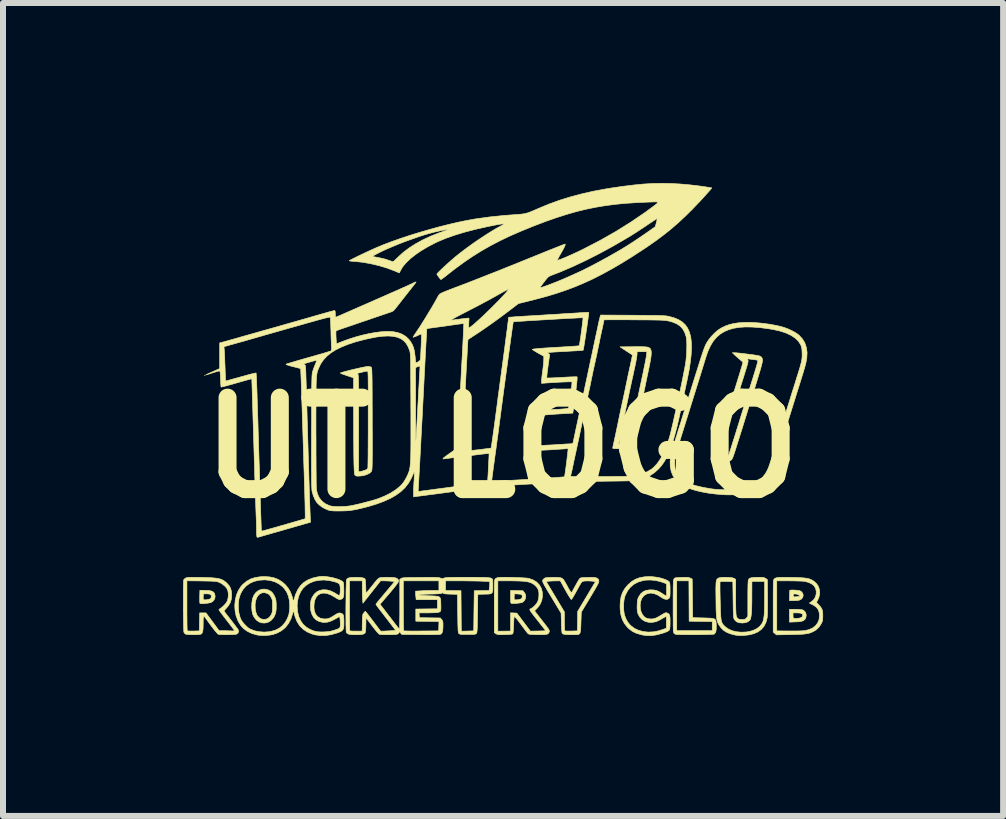
<source format=kicad_pcb>
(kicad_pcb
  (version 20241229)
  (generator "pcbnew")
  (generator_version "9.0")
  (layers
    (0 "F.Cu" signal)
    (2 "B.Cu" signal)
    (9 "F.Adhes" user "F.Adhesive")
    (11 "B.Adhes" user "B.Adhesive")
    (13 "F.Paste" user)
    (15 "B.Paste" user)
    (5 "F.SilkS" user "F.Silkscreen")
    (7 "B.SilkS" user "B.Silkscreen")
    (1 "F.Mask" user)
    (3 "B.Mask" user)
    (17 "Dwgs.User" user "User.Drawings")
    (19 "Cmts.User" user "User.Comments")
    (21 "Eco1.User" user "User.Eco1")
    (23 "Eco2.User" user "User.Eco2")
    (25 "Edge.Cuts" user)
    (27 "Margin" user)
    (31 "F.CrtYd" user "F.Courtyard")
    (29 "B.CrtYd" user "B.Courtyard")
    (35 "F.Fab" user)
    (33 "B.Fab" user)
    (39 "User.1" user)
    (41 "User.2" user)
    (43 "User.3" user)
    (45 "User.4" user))
  (footprint "UT LOGO"
    (layer "F.Cu")
    (at 5.314 4.411)
    (property "Reference" "UT LOGO" (at 0 0 0) (layer "F.SilkS") (effects (font (size 1.524 1.524) (thickness 0.3))))
    (attr through_hole)
    (fp_poly (pts (xy -4.945 -1.207) (xy -4.949 -1.202) (xy -4.953 -1.207) (xy -4.949 -1.211) (xy -4.945 -1.207)) (stroke (width 0.01) (type solid)) (fill yes) (layer "F.SilkS"))
    (fp_poly (pts (xy 4.949 2.694) (xy 4.992 2.698) (xy 5.016 2.704) (xy 5.045 2.725) (xy 5.064 2.756) (xy 5.071 2.792) (xy 5.065 2.83) (xy 5.059 2.845) (xy 5.045 2.865) (xy 5.025 2.88) (xy 4.997 2.891) (xy 4.958 2.898) (xy 4.906 2.902) (xy 4.892 2.902) (xy 4.792 2.906) (xy 4.792 2.752) (xy 4.851 2.752) (xy 4.851 2.793) (xy 4.852 2.818) (xy 4.855 2.835) (xy 4.857 2.839) (xy 4.87 2.843) (xy 4.894 2.845) (xy 4.923 2.844) (xy 4.952 2.84) (xy 4.969 2.836) (xy 4.996 2.825) (xy 5.009 2.808) (xy 5.012 2.787) (xy 5.007 2.771) (xy 4.989 2.76) (xy 4.958 2.754) (xy 4.913 2.752) (xy 4.91 2.752) (xy 4.851 2.752) (xy 4.792 2.752) (xy 4.792 2.692) (xy 4.89 2.692) (xy 4.949 2.694)) (stroke (width 0.01) (type solid)) (fill yes) (layer "F.SilkS"))
    (fp_poly (pts (xy 4.874 2.372) (xy 4.909 2.375) (xy 4.91 2.375) (xy 4.945 2.379) (xy 4.968 2.385) (xy 4.985 2.394) (xy 4.997 2.405) (xy 5.016 2.434) (xy 5.02 2.466) (xy 5.011 2.496) (xy 4.99 2.522) (xy 4.957 2.539) (xy 4.955 2.54) (xy 4.931 2.544) (xy 4.897 2.547) (xy 4.86 2.548) (xy 4.857 2.548) (xy 4.792 2.548) (xy 4.794 2.462) (xy 4.794 2.453) (xy 4.853 2.453) (xy 4.856 2.466) (xy 4.86 2.478) (xy 4.868 2.484) (xy 4.883 2.485) (xy 4.909 2.483) (xy 4.936 2.48) (xy 4.955 2.477) (xy 4.961 2.475) (xy 4.961 2.467) (xy 4.949 2.456) (xy 4.93 2.446) (xy 4.908 2.439) (xy 4.896 2.437) (xy 4.869 2.437) (xy 4.856 2.441) (xy 4.853 2.453) (xy 4.794 2.453) (xy 4.796 2.375) (xy 4.822 2.372) (xy 4.843 2.371) (xy 4.874 2.372)) (stroke (width 0.01) (type solid)) (fill yes) (layer "F.SilkS"))
    (fp_poly (pts (xy 0.246 2.381) (xy 0.349 2.383) (xy 0.373 2.411) (xy 0.392 2.444) (xy 0.398 2.48) (xy 0.391 2.517) (xy 0.373 2.55) (xy 0.345 2.574) (xy 0.336 2.578) (xy 0.315 2.583) (xy 0.283 2.589) (xy 0.245 2.593) (xy 0.209 2.595) (xy 0.178 2.596) (xy 0.159 2.594) (xy 0.153 2.59) (xy 0.148 2.582) (xy 0.146 2.566) (xy 0.144 2.54) (xy 0.144 2.502) (xy 0.204 2.502) (xy 0.205 2.522) (xy 0.206 2.527) (xy 0.216 2.533) (xy 0.238 2.535) (xy 0.265 2.533) (xy 0.292 2.528) (xy 0.315 2.52) (xy 0.32 2.518) (xy 0.334 2.501) (xy 0.339 2.478) (xy 0.334 2.457) (xy 0.328 2.449) (xy 0.315 2.444) (xy 0.29 2.439) (xy 0.262 2.437) (xy 0.207 2.434) (xy 0.205 2.475) (xy 0.204 2.502) (xy 0.144 2.502) (xy 0.144 2.501) (xy 0.144 2.484) (xy 0.144 2.378) (xy 0.246 2.381)) (stroke (width 0.01) (type solid)) (fill yes) (layer "F.SilkS"))
    (fp_poly (pts (xy -4.947 2.377) (xy -4.892 2.379) (xy -4.851 2.385) (xy -4.822 2.396) (xy -4.801 2.411) (xy -4.788 2.433) (xy -4.787 2.435) (xy -4.779 2.475) (xy -4.785 2.514) (xy -4.806 2.549) (xy -4.838 2.574) (xy -4.847 2.579) (xy -4.868 2.584) (xy -4.9 2.59) (xy -4.937 2.595) (xy -4.952 2.596) (xy -4.989 2.598) (xy -5.013 2.598) (xy -5.027 2.596) (xy -5.033 2.591) (xy -5.034 2.589) (xy -5.035 2.576) (xy -5.036 2.55) (xy -5.036 2.515) (xy -5.036 2.502) (xy -4.978 2.502) (xy -4.977 2.522) (xy -4.975 2.527) (xy -4.965 2.533) (xy -4.944 2.535) (xy -4.917 2.533) (xy -4.889 2.528) (xy -4.867 2.52) (xy -4.862 2.518) (xy -4.847 2.502) (xy -4.843 2.476) (xy -4.846 2.458) (xy -4.856 2.446) (xy -4.876 2.438) (xy -4.908 2.435) (xy -4.932 2.435) (xy -4.974 2.434) (xy -4.977 2.475) (xy -4.978 2.502) (xy -5.036 2.502) (xy -5.036 2.476) (xy -5.033 2.375) (xy -4.947 2.377)) (stroke (width 0.01) (type solid)) (fill yes) (layer "F.SilkS"))
    (fp_poly (pts (xy -3.9 2.367) (xy -3.861 2.386) (xy -3.836 2.404) (xy -3.816 2.428) (xy -3.796 2.461) (xy -3.793 2.467) (xy -3.78 2.495) (xy -3.771 2.518) (xy -3.766 2.542) (xy -3.763 2.571) (xy -3.761 2.612) (xy -3.761 2.616) (xy -3.761 2.682) (xy -3.767 2.737) (xy -3.781 2.783) (xy -3.802 2.826) (xy -3.813 2.841) (xy -3.85 2.881) (xy -3.896 2.908) (xy -3.946 2.921) (xy -4 2.919) (xy -4.043 2.905) (xy -4.085 2.878) (xy -4.121 2.837) (xy -4.148 2.789) (xy -4.154 2.771) (xy -4.165 2.719) (xy -4.17 2.657) (xy -4.168 2.612) (xy -4.113 2.612) (xy -4.111 2.677) (xy -4.107 2.708) (xy -4.099 2.743) (xy -4.088 2.774) (xy -4.078 2.796) (xy -4.045 2.832) (xy -4.007 2.854) (xy -3.965 2.862) (xy -3.923 2.855) (xy -3.894 2.84) (xy -3.87 2.818) (xy -3.848 2.789) (xy -3.842 2.778) (xy -3.834 2.759) (xy -3.828 2.74) (xy -3.825 2.717) (xy -3.823 2.685) (xy -3.823 2.64) (xy -3.823 2.637) (xy -3.823 2.594) (xy -3.824 2.563) (xy -3.827 2.54) (xy -3.832 2.522) (xy -3.841 2.504) (xy -3.848 2.49) (xy -3.867 2.46) (xy -3.888 2.44) (xy -3.91 2.428) (xy -3.955 2.415) (xy -3.996 2.418) (xy -4.033 2.435) (xy -4.064 2.464) (xy -4.088 2.504) (xy -4.105 2.554) (xy -4.113 2.612) (xy -4.168 2.612) (xy -4.168 2.594) (xy -4.16 2.535) (xy -4.153 2.506) (xy -4.129 2.452) (xy -4.095 2.408) (xy -4.052 2.377) (xy -4.004 2.359) (xy -3.953 2.356) (xy -3.9 2.367)) (stroke (width 0.01) (type solid)) (fill yes) (layer "F.SilkS"))
    (fp_poly (pts (xy 3.081 2.16) (xy 3.106 2.162) (xy 3.124 2.166) (xy 3.139 2.172) (xy 3.141 2.173) (xy 3.171 2.189) (xy 3.175 2.51) (xy 3.179 2.832) (xy 3.355 2.836) (xy 3.42 2.838) (xy 3.47 2.84) (xy 3.508 2.844) (xy 3.534 2.85) (xy 3.552 2.86) (xy 3.562 2.875) (xy 3.568 2.896) (xy 3.57 2.924) (xy 3.572 2.957) (xy 3.572 3.014) (xy 3.567 3.056) (xy 3.556 3.085) (xy 3.54 3.103) (xy 3.535 3.106) (xy 3.522 3.108) (xy 3.494 3.11) (xy 3.455 3.111) (xy 3.406 3.113) (xy 3.349 3.114) (xy 3.287 3.115) (xy 3.223 3.115) (xy 3.158 3.116) (xy 3.095 3.115) (xy 3.037 3.115) (xy 2.986 3.114) (xy 2.944 3.113) (xy 2.913 3.112) (xy 2.897 3.11) (xy 2.896 3.11) (xy 2.879 3.1) (xy 2.868 3.092) (xy 2.865 3.088) (xy 2.862 3.082) (xy 2.86 3.072) (xy 2.858 3.057) (xy 2.856 3.036) (xy 2.855 3.007) (xy 2.854 2.968) (xy 2.854 2.919) (xy 2.854 2.858) (xy 2.853 2.783) (xy 2.853 2.694) (xy 2.853 2.641) (xy 2.853 2.544) (xy 2.853 2.462) (xy 2.854 2.394) (xy 2.854 2.339) (xy 2.855 2.295) (xy 2.856 2.26) (xy 2.857 2.235) (xy 2.858 2.218) (xy 2.913 2.218) (xy 2.913 3.048) (xy 3.505 3.048) (xy 3.505 2.896) (xy 3.313 2.894) (xy 3.12 2.891) (xy 3.118 2.555) (xy 3.116 2.218) (xy 2.913 2.218) (xy 2.858 2.218) (xy 2.859 2.216) (xy 2.861 2.203) (xy 2.863 2.194) (xy 2.866 2.188) (xy 2.869 2.183) (xy 2.877 2.175) (xy 2.886 2.17) (xy 2.9 2.166) (xy 2.922 2.164) (xy 2.955 2.162) (xy 2.998 2.161) (xy 3.046 2.16) (xy 3.081 2.16)) (stroke (width 0.01) (type solid)) (fill yes) (layer "F.SilkS"))
    (fp_poly (pts (xy 4.758 2.16) (xy 4.834 2.161) (xy 4.842 2.161) (xy 4.92 2.163) (xy 4.983 2.166) (xy 5.035 2.17) (xy 5.076 2.175) (xy 5.111 2.182) (xy 5.139 2.192) (xy 5.166 2.205) (xy 5.192 2.22) (xy 5.199 2.225) (xy 5.243 2.265) (xy 5.275 2.313) (xy 5.292 2.368) (xy 5.296 2.427) (xy 5.284 2.487) (xy 5.269 2.524) (xy 5.242 2.578) (xy 5.279 2.617) (xy 5.308 2.65) (xy 5.327 2.678) (xy 5.339 2.707) (xy 5.345 2.742) (xy 5.347 2.787) (xy 5.347 2.798) (xy 5.346 2.839) (xy 5.344 2.868) (xy 5.34 2.891) (xy 5.331 2.912) (xy 5.323 2.929) (xy 5.284 2.989) (xy 5.236 3.035) (xy 5.196 3.059) (xy 5.167 3.073) (xy 5.14 3.084) (xy 5.112 3.093) (xy 5.08 3.099) (xy 5.043 3.104) (xy 4.998 3.108) (xy 4.943 3.11) (xy 4.874 3.112) (xy 4.813 3.114) (xy 4.575 3.118) (xy 4.521 3.072) (xy 4.521 2.637) (xy 4.521 2.54) (xy 4.521 2.459) (xy 4.521 2.391) (xy 4.522 2.337) (xy 4.522 2.294) (xy 4.523 2.26) (xy 4.524 2.235) (xy 4.526 2.218) (xy 4.58 2.218) (xy 4.58 2.635) (xy 4.58 3.052) (xy 4.782 3.054) (xy 4.842 3.054) (xy 4.901 3.054) (xy 4.955 3.053) (xy 4.999 3.051) (xy 5.032 3.049) (xy 5.043 3.048) (xy 5.114 3.032) (xy 5.175 3.005) (xy 5.224 2.968) (xy 5.261 2.921) (xy 5.284 2.867) (xy 5.292 2.806) (xy 5.292 2.806) (xy 5.287 2.746) (xy 5.271 2.698) (xy 5.242 2.66) (xy 5.2 2.628) (xy 5.177 2.616) (xy 5.123 2.589) (xy 5.16 2.564) (xy 5.198 2.53) (xy 5.224 2.487) (xy 5.237 2.439) (xy 5.238 2.39) (xy 5.226 2.342) (xy 5.2 2.3) (xy 5.196 2.296) (xy 5.163 2.27) (xy 5.119 2.248) (xy 5.067 2.232) (xy 5.04 2.227) (xy 5.015 2.224) (xy 4.976 2.222) (xy 4.927 2.221) (xy 4.871 2.219) (xy 4.811 2.219) (xy 4.782 2.218) (xy 4.58 2.218) (xy 4.526 2.218) (xy 4.526 2.217) (xy 4.528 2.205) (xy 4.531 2.196) (xy 4.534 2.191) (xy 4.538 2.187) (xy 4.539 2.185) (xy 4.551 2.177) (xy 4.565 2.17) (xy 4.585 2.165) (xy 4.613 2.162) (xy 4.65 2.16) (xy 4.697 2.159) (xy 4.758 2.16)) (stroke (width 0.01) (type solid)) (fill yes) (layer "F.SilkS"))
    (fp_poly (pts (xy -2.204 -1.352) (xy -2.183 -1.345) (xy -2.18 -1.343) (xy -2.177 -1.34) (xy -2.175 -1.337) (xy -2.173 -1.331) (xy -2.171 -1.322) (xy -2.169 -1.309) (xy -2.168 -1.291) (xy -2.167 -1.267) (xy -2.166 -1.236) (xy -2.165 -1.197) (xy -2.164 -1.148) (xy -2.163 -1.089) (xy -2.163 -1.02) (xy -2.162 -0.938) (xy -2.162 -0.843) (xy -2.162 -0.735) (xy -2.161 -0.611) (xy -2.161 -0.483) (xy -2.161 -0.344) (xy -2.16 -0.22) (xy -2.16 -0.111) (xy -2.16 -0.016) (xy -2.16 0.065) (xy -2.16 0.135) (xy -2.161 0.194) (xy -2.161 0.243) (xy -2.162 0.283) (xy -2.163 0.315) (xy -2.164 0.339) (xy -2.166 0.358) (xy -2.167 0.372) (xy -2.169 0.381) (xy -2.171 0.388) (xy -2.172 0.39) (xy -2.193 0.415) (xy -2.227 0.436) (xy -2.271 0.454) (xy -2.321 0.467) (xy -2.36 0.471) (xy -2.398 0.473) (xy -2.422 0.471) (xy -2.438 0.466) (xy -2.442 0.463) (xy -2.448 0.457) (xy -2.453 0.449) (xy -2.456 0.435) (xy -2.459 0.413) (xy -2.461 0.382) (xy -2.463 0.338) (xy -2.465 0.287) (xy -2.466 0.251) (xy -2.467 0.2) (xy -2.468 0.136) (xy -2.469 0.06) (xy -2.469 -0.025) (xy -2.47 -0.119) (xy -2.471 -0.219) (xy -2.471 -0.323) (xy -2.471 -0.43) (xy -2.472 -0.521) (xy -2.472 -1.165) (xy -2.582 -1.201) (xy -2.622 -1.215) (xy -2.656 -1.227) (xy -2.675 -1.235) (xy -2.412 -1.235) (xy -2.405 -1.228) (xy -2.402 -1.227) (xy -2.4 -1.225) (xy -2.398 -1.22) (xy -2.396 -1.213) (xy -2.394 -1.202) (xy -2.393 -1.186) (xy -2.392 -1.165) (xy -2.391 -1.136) (xy -2.39 -1.099) (xy -2.389 -1.053) (xy -2.389 -0.997) (xy -2.388 -0.93) (xy -2.388 -0.851) (xy -2.388 -0.759) (xy -2.388 -0.653) (xy -2.388 -0.532) (xy -2.388 -0.41) (xy -2.388 0.398) (xy -2.369 0.398) (xy -2.351 0.395) (xy -2.324 0.388) (xy -2.294 0.379) (xy -2.265 0.368) (xy -2.247 0.358) (xy -2.238 0.347) (xy -2.234 0.334) (xy -2.233 0.322) (xy -2.233 0.295) (xy -2.232 0.253) (xy -2.231 0.197) (xy -2.23 0.13) (xy -2.23 0.051) (xy -2.229 -0.037) (xy -2.229 -0.133) (xy -2.228 -0.237) (xy -2.228 -0.346) (xy -2.228 -0.46) (xy -2.228 -0.485) (xy -2.228 -0.623) (xy -2.228 -0.746) (xy -2.228 -0.854) (xy -2.228 -0.947) (xy -2.228 -1.026) (xy -2.229 -1.093) (xy -2.229 -1.148) (xy -2.23 -1.192) (xy -2.231 -1.226) (xy -2.233 -1.251) (xy -2.234 -1.267) (xy -2.236 -1.276) (xy -2.237 -1.278) (xy -2.25 -1.276) (xy -2.274 -1.271) (xy -2.306 -1.265) (xy -2.339 -1.257) (xy -2.37 -1.249) (xy -2.394 -1.243) (xy -2.405 -1.24) (xy -2.412 -1.235) (xy -2.675 -1.235) (xy -2.68 -1.237) (xy -2.692 -1.243) (xy -2.692 -1.244) (xy -2.685 -1.249) (xy -2.663 -1.256) (xy -2.629 -1.266) (xy -2.587 -1.277) (xy -2.538 -1.29) (xy -2.486 -1.303) (xy -2.432 -1.315) (xy -2.38 -1.327) (xy -2.331 -1.338) (xy -2.289 -1.346) (xy -2.255 -1.352) (xy -2.233 -1.355) (xy -2.23 -1.355) (xy -2.204 -1.352)) (stroke (width 0.01) (type solid)) (fill yes) (layer "F.SilkS"))
    (fp_poly (pts (xy 0.939 2.161) (xy 0.972 2.165) (xy 0.996 2.173) (xy 1.014 2.185) (xy 1.03 2.203) (xy 1.044 2.225) (xy 1.065 2.261) (xy 1.087 2.301) (xy 1.099 2.324) (xy 1.118 2.359) (xy 1.136 2.387) (xy 1.15 2.406) (xy 1.16 2.414) (xy 1.162 2.413) (xy 1.167 2.404) (xy 1.179 2.384) (xy 1.195 2.354) (xy 1.215 2.317) (xy 1.223 2.303) (xy 1.245 2.263) (xy 1.265 2.228) (xy 1.282 2.2) (xy 1.294 2.183) (xy 1.296 2.18) (xy 1.304 2.173) (xy 1.316 2.169) (xy 1.333 2.165) (xy 1.359 2.163) (xy 1.397 2.162) (xy 1.433 2.161) (xy 1.483 2.16) (xy 1.519 2.16) (xy 1.545 2.162) (xy 1.564 2.166) (xy 1.578 2.171) (xy 1.583 2.173) (xy 1.604 2.187) (xy 1.613 2.204) (xy 1.615 2.219) (xy 1.615 2.229) (xy 1.612 2.241) (xy 1.606 2.257) (xy 1.595 2.28) (xy 1.579 2.309) (xy 1.558 2.347) (xy 1.529 2.396) (xy 1.493 2.457) (xy 1.471 2.494) (xy 1.323 2.739) (xy 1.317 2.907) (xy 1.315 2.97) (xy 1.312 3.018) (xy 1.309 3.053) (xy 1.304 3.078) (xy 1.298 3.094) (xy 1.289 3.104) (xy 1.279 3.11) (xy 1.275 3.111) (xy 1.257 3.113) (xy 1.227 3.115) (xy 1.189 3.115) (xy 1.148 3.115) (xy 1.107 3.114) (xy 1.07 3.112) (xy 1.042 3.11) (xy 1.027 3.107) (xy 1.01 3.097) (xy 1.002 3.089) (xy 1 3.077) (xy 0.997 3.051) (xy 0.995 3.014) (xy 0.992 2.969) (xy 0.991 2.918) (xy 0.991 2.917) (xy 0.986 2.756) (xy 0.846 2.523) (xy 0.801 2.449) (xy 0.764 2.388) (xy 0.735 2.338) (xy 0.712 2.299) (xy 0.696 2.268) (xy 0.685 2.245) (xy 0.68 2.231) (xy 0.739 2.231) (xy 0.89 2.483) (xy 1.041 2.736) (xy 1.041 2.89) (xy 1.042 2.94) (xy 1.043 2.984) (xy 1.044 3.019) (xy 1.046 3.042) (xy 1.047 3.051) (xy 1.058 3.053) (xy 1.081 3.055) (xy 1.115 3.055) (xy 1.155 3.055) (xy 1.155 3.055) (xy 1.257 3.052) (xy 1.26 2.89) (xy 1.262 2.728) (xy 1.41 2.48) (xy 1.559 2.231) (xy 1.522 2.225) (xy 1.477 2.221) (xy 1.426 2.219) (xy 1.38 2.221) (xy 1.361 2.224) (xy 1.35 2.226) (xy 1.341 2.23) (xy 1.331 2.237) (xy 1.321 2.251) (xy 1.308 2.271) (xy 1.29 2.302) (xy 1.267 2.344) (xy 1.247 2.38) (xy 1.222 2.426) (xy 1.199 2.466) (xy 1.18 2.498) (xy 1.166 2.519) (xy 1.157 2.529) (xy 1.156 2.529) (xy 1.147 2.52) (xy 1.131 2.495) (xy 1.106 2.456) (xy 1.075 2.402) (xy 1.036 2.333) (xy 1.021 2.305) (xy 0.973 2.218) (xy 0.891 2.219) (xy 0.85 2.22) (xy 0.812 2.222) (xy 0.783 2.224) (xy 0.774 2.225) (xy 0.739 2.231) (xy 0.68 2.231) (xy 0.679 2.228) (xy 0.677 2.215) (xy 0.68 2.206) (xy 0.685 2.198) (xy 0.693 2.19) (xy 0.699 2.184) (xy 0.709 2.175) (xy 0.72 2.17) (xy 0.735 2.166) (xy 0.758 2.163) (xy 0.791 2.162) (xy 0.837 2.16) (xy 0.895 2.16) (xy 0.939 2.161)) (stroke (width 0.01) (type solid)) (fill yes) (layer "F.SilkS"))
    (fp_poly (pts (xy 0.096 2.159) (xy 0.156 2.16) (xy 0.217 2.162) (xy 0.277 2.164) (xy 0.333 2.167) (xy 0.382 2.17) (xy 0.42 2.173) (xy 0.445 2.177) (xy 0.449 2.178) (xy 0.52 2.203) (xy 0.579 2.239) (xy 0.624 2.286) (xy 0.656 2.341) (xy 0.673 2.405) (xy 0.676 2.471) (xy 0.665 2.541) (xy 0.64 2.603) (xy 0.6 2.66) (xy 0.586 2.675) (xy 0.544 2.719) (xy 0.658 2.865) (xy 0.7 2.919) (xy 0.733 2.961) (xy 0.758 2.994) (xy 0.775 3.019) (xy 0.785 3.037) (xy 0.79 3.051) (xy 0.79 3.063) (xy 0.787 3.073) (xy 0.783 3.081) (xy 0.775 3.094) (xy 0.763 3.103) (xy 0.745 3.109) (xy 0.719 3.113) (xy 0.682 3.115) (xy 0.633 3.115) (xy 0.574 3.114) (xy 0.525 3.113) (xy 0.49 3.111) (xy 0.466 3.109) (xy 0.45 3.106) (xy 0.439 3.1) (xy 0.431 3.094) (xy 0.421 3.081) (xy 0.402 3.058) (xy 0.378 3.025) (xy 0.349 2.987) (xy 0.318 2.945) (xy 0.288 2.905) (xy 0.261 2.869) (xy 0.237 2.841) (xy 0.22 2.822) (xy 0.211 2.815) (xy 0.211 2.815) (xy 0.206 2.818) (xy 0.203 2.828) (xy 0.2 2.847) (xy 0.198 2.878) (xy 0.196 2.922) (xy 0.195 2.952) (xy 0.192 3.011) (xy 0.189 3.054) (xy 0.186 3.083) (xy 0.181 3.098) (xy 0.18 3.101) (xy 0.168 3.106) (xy 0.143 3.109) (xy 0.103 3.112) (xy 0.048 3.114) (xy -0.000127 3.115) (xy -0.035 3.115) (xy -0.059 3.113) (xy -0.076 3.11) (xy -0.09 3.105) (xy -0.099 3.099) (xy -0.127 3.082) (xy -0.127 3.057) (xy -0.068 3.057) (xy 0.038 3.056) (xy 0.144 3.055) (xy 0.144 2.751) (xy 0.196 2.753) (xy 0.249 2.756) (xy 0.474 3.056) (xy 0.601 3.054) (xy 0.645 3.053) (xy 0.683 3.052) (xy 0.711 3.051) (xy 0.726 3.05) (xy 0.728 3.049) (xy 0.723 3.042) (xy 0.711 3.025) (xy 0.7 3.011) (xy 0.643 2.939) (xy 0.596 2.879) (xy 0.557 2.83) (xy 0.526 2.79) (xy 0.503 2.76) (xy 0.486 2.736) (xy 0.475 2.719) (xy 0.468 2.707) (xy 0.465 2.699) (xy 0.466 2.694) (xy 0.468 2.69) (xy 0.471 2.688) (xy 0.486 2.678) (xy 0.493 2.676) (xy 0.503 2.67) (xy 0.52 2.656) (xy 0.539 2.64) (xy 0.574 2.601) (xy 0.598 2.562) (xy 0.611 2.515) (xy 0.616 2.47) (xy 0.616 2.413) (xy 0.606 2.366) (xy 0.584 2.328) (xy 0.557 2.298) (xy 0.532 2.277) (xy 0.506 2.261) (xy 0.476 2.247) (xy 0.441 2.237) (xy 0.399 2.229) (xy 0.348 2.224) (xy 0.286 2.221) (xy 0.21 2.219) (xy 0.133 2.218) (xy -0.068 2.218) (xy -0.068 3.057) (xy -0.127 3.057) (xy -0.127 2.642) (xy -0.127 2.544) (xy -0.127 2.462) (xy -0.127 2.394) (xy -0.126 2.339) (xy -0.126 2.295) (xy -0.125 2.26) (xy -0.124 2.235) (xy -0.122 2.216) (xy -0.12 2.203) (xy -0.117 2.195) (xy -0.114 2.189) (xy -0.111 2.185) (xy -0.111 2.185) (xy -0.091 2.172) (xy -0.065 2.163) (xy -0.064 2.163) (xy -0.042 2.161) (xy -0.006 2.159) (xy 0.041 2.159) (xy 0.096 2.159)) (stroke (width 0.01) (type solid)) (fill yes) (layer "F.SilkS"))
    (fp_poly (pts (xy 2.355 -1.683) (xy 2.392 -1.681) (xy 2.419 -1.678) (xy 2.439 -1.673) (xy 2.453 -1.667) (xy 2.465 -1.659) (xy 2.469 -1.655) (xy 2.48 -1.638) (xy 2.487 -1.614) (xy 2.489 -1.581) (xy 2.487 -1.538) (xy 2.479 -1.482) (xy 2.467 -1.413) (xy 2.455 -1.353) (xy 2.442 -1.289) (xy 2.426 -1.216) (xy 2.41 -1.139) (xy 2.395 -1.065) (xy 2.384 -1.012) (xy 2.371 -0.95) (xy 2.355 -0.876) (xy 2.338 -0.797) (xy 2.321 -0.718) (xy 2.305 -0.643) (xy 2.3 -0.618) (xy 2.285 -0.551) (xy 2.27 -0.482) (xy 2.255 -0.415) (xy 2.242 -0.354) (xy 2.231 -0.302) (xy 2.226 -0.28) (xy 2.215 -0.232) (xy 2.204 -0.186) (xy 2.194 -0.146) (xy 2.185 -0.118) (xy 2.183 -0.112) (xy 2.16 -0.067) (xy 2.129 -0.029) (xy 2.094 -0.003) (xy 2.07 0.007) (xy 2.048 0.012) (xy 2.016 0.014) (xy 1.98 0.016) (xy 1.941 0.017) (xy 1.905 0.016) (xy 1.875 0.015) (xy 1.854 0.012) (xy 1.846 0.008) (xy 1.847 -0.002) (xy 1.852 -0.027) (xy 1.86 -0.063) (xy 1.862 -0.075) (xy 1.947 -0.075) (xy 1.949 -0.065) (xy 1.956 -0.06) (xy 1.972 -0.059) (xy 1.998 -0.061) (xy 2.041 -0.068) (xy 2.07 -0.081) (xy 2.072 -0.081) (xy 2.08 -0.088) (xy 2.087 -0.097) (xy 2.094 -0.109) (xy 2.102 -0.125) (xy 2.109 -0.147) (xy 2.118 -0.175) (xy 2.128 -0.211) (xy 2.139 -0.257) (xy 2.152 -0.313) (xy 2.167 -0.38) (xy 2.185 -0.46) (xy 2.205 -0.554) (xy 2.228 -0.663) (xy 2.234 -0.694) (xy 2.247 -0.753) (xy 2.262 -0.824) (xy 2.279 -0.904) (xy 2.297 -0.988) (xy 2.315 -1.074) (xy 2.333 -1.157) (xy 2.341 -1.194) (xy 2.356 -1.265) (xy 2.37 -1.334) (xy 2.383 -1.397) (xy 2.394 -1.452) (xy 2.402 -1.497) (xy 2.408 -1.53) (xy 2.41 -1.547) (xy 2.415 -1.6) (xy 2.329 -1.6) (xy 2.289 -1.6) (xy 2.264 -1.599) (xy 2.252 -1.596) (xy 2.249 -1.592) (xy 2.251 -1.589) (xy 2.253 -1.576) (xy 2.251 -1.548) (xy 2.245 -1.504) (xy 2.235 -1.445) (xy 2.22 -1.37) (xy 2.2 -1.279) (xy 2.184 -1.204) (xy 2.175 -1.164) (xy 2.163 -1.111) (xy 2.15 -1.048) (xy 2.135 -0.98) (xy 2.12 -0.91) (xy 2.108 -0.851) (xy 2.092 -0.776) (xy 2.074 -0.691) (xy 2.055 -0.599) (xy 2.035 -0.506) (xy 2.017 -0.418) (xy 2.003 -0.353) (xy 1.989 -0.288) (xy 1.977 -0.228) (xy 1.966 -0.175) (xy 1.957 -0.131) (xy 1.951 -0.098) (xy 1.948 -0.079) (xy 1.947 -0.075) (xy 1.862 -0.075) (xy 1.87 -0.109) (xy 1.881 -0.162) (xy 1.889 -0.197) (xy 1.902 -0.257) (xy 1.914 -0.316) (xy 1.926 -0.37) (xy 1.935 -0.416) (xy 1.942 -0.451) (xy 1.944 -0.461) (xy 1.95 -0.488) (xy 1.958 -0.529) (xy 1.969 -0.579) (xy 1.981 -0.637) (xy 1.995 -0.7) (xy 2.006 -0.754) (xy 2.021 -0.819) (xy 2.035 -0.884) (xy 2.048 -0.946) (xy 2.06 -1.001) (xy 2.069 -1.046) (xy 2.074 -1.071) (xy 2.082 -1.108) (xy 2.092 -1.157) (xy 2.104 -1.215) (xy 2.118 -1.277) (xy 2.131 -1.339) (xy 2.135 -1.354) (xy 2.146 -1.408) (xy 2.157 -1.456) (xy 2.165 -1.496) (xy 2.171 -1.526) (xy 2.174 -1.542) (xy 2.174 -1.545) (xy 2.167 -1.55) (xy 2.147 -1.563) (xy 2.119 -1.582) (xy 2.085 -1.604) (xy 2.07 -1.614) (xy 1.968 -1.681) (xy 2.172 -1.683) (xy 2.247 -1.684) (xy 2.308 -1.684) (xy 2.355 -1.683)) (stroke (width 0.01) (type solid)) (fill yes) (layer "F.SilkS"))
    (fp_poly (pts (xy 3.9 -1.582) (xy 3.936 -1.579) (xy 3.981 -1.574) (xy 4.033 -1.568) (xy 4.088 -1.561) (xy 4.142 -1.555) (xy 4.192 -1.548) (xy 4.235 -1.541) (xy 4.268 -1.536) (xy 4.285 -1.532) (xy 4.318 -1.517) (xy 4.337 -1.491) (xy 4.343 -1.457) (xy 4.341 -1.439) (xy 4.335 -1.411) (xy 4.325 -1.37) (xy 4.311 -1.317) (xy 4.291 -1.251) (xy 4.267 -1.171) (xy 4.238 -1.076) (xy 4.208 -0.978) (xy 4.187 -0.912) (xy 4.163 -0.836) (xy 4.138 -0.755) (xy 4.113 -0.675) (xy 4.09 -0.602) (xy 4.085 -0.584) (xy 4.045 -0.456) (xy 4.01 -0.343) (xy 3.979 -0.244) (xy 3.952 -0.159) (xy 3.929 -0.085) (xy 3.909 -0.023) (xy 3.893 0.029) (xy 3.879 0.072) (xy 3.867 0.107) (xy 3.858 0.134) (xy 3.85 0.155) (xy 3.844 0.171) (xy 3.838 0.182) (xy 3.833 0.191) (xy 3.829 0.197) (xy 3.825 0.201) (xy 3.82 0.206) (xy 3.82 0.206) (xy 3.785 0.229) (xy 3.74 0.242) (xy 3.689 0.245) (xy 3.645 0.24) (xy 3.611 0.23) (xy 3.58 0.218) (xy 3.557 0.204) (xy 3.547 0.195) (xy 3.543 0.185) (xy 3.54 0.174) (xy 3.539 0.161) (xy 3.541 0.143) (xy 3.541 0.142) (xy 3.623 0.142) (xy 3.625 0.149) (xy 3.629 0.153) (xy 3.631 0.154) (xy 3.65 0.158) (xy 3.678 0.16) (xy 3.709 0.16) (xy 3.737 0.158) (xy 3.759 0.154) (xy 3.766 0.15) (xy 3.769 0.144) (xy 3.775 0.131) (xy 3.782 0.112) (xy 3.792 0.083) (xy 3.804 0.045) (xy 3.82 -0.003) (xy 3.839 -0.064) (xy 3.862 -0.137) (xy 3.89 -0.224) (xy 3.92 -0.322) (xy 3.967 -0.474) (xy 4.01 -0.612) (xy 4.05 -0.739) (xy 4.086 -0.855) (xy 4.12 -0.963) (xy 4.152 -1.066) (xy 4.179 -1.151) (xy 4.203 -1.229) (xy 4.222 -1.291) (xy 4.237 -1.341) (xy 4.248 -1.379) (xy 4.256 -1.407) (xy 4.261 -1.427) (xy 4.264 -1.44) (xy 4.264 -1.449) (xy 4.262 -1.453) (xy 4.259 -1.456) (xy 4.258 -1.457) (xy 4.244 -1.461) (xy 4.22 -1.466) (xy 4.2 -1.468) (xy 4.167 -1.472) (xy 4.134 -1.477) (xy 4.121 -1.478) (xy 4.101 -1.481) (xy 4.093 -1.478) (xy 4.096 -1.468) (xy 4.099 -1.462) (xy 4.102 -1.452) (xy 4.102 -1.44) (xy 4.099 -1.422) (xy 4.093 -1.396) (xy 4.083 -1.36) (xy 4.068 -1.311) (xy 4.057 -1.277) (xy 4.039 -1.217) (xy 4.017 -1.147) (xy 3.993 -1.072) (xy 3.97 -0.997) (xy 3.948 -0.928) (xy 3.945 -0.919) (xy 3.897 -0.762) (xy 3.853 -0.621) (xy 3.813 -0.493) (xy 3.777 -0.377) (xy 3.744 -0.272) (xy 3.714 -0.177) (xy 3.7 -0.131) (xy 3.676 -0.057) (xy 3.658 0.003) (xy 3.644 0.05) (xy 3.633 0.086) (xy 3.627 0.112) (xy 3.624 0.13) (xy 3.623 0.142) (xy 3.541 0.142) (xy 3.545 0.12) (xy 3.552 0.091) (xy 3.562 0.053) (xy 3.575 0.005) (xy 3.593 -0.054) (xy 3.615 -0.125) (xy 3.642 -0.21) (xy 3.662 -0.275) (xy 3.68 -0.331) (xy 3.701 -0.398) (xy 3.724 -0.473) (xy 3.748 -0.551) (xy 3.772 -0.627) (xy 3.789 -0.682) (xy 3.812 -0.756) (xy 3.837 -0.837) (xy 3.863 -0.921) (xy 3.889 -1.002) (xy 3.912 -1.075) (xy 3.925 -1.118) (xy 3.943 -1.176) (xy 3.961 -1.233) (xy 3.976 -1.284) (xy 3.989 -1.327) (xy 3.999 -1.359) (xy 4.002 -1.371) (xy 4.017 -1.425) (xy 3.967 -1.468) (xy 3.936 -1.496) (xy 3.903 -1.524) (xy 3.878 -1.547) (xy 3.84 -1.583) (xy 3.878 -1.583) (xy 3.9 -1.582)) (stroke (width 0.01) (type solid)) (fill yes) (layer "F.SilkS"))
    (fp_poly (pts (xy 2.514 2.15) (xy 2.574 2.157) (xy 2.632 2.168) (xy 2.685 2.183) (xy 2.731 2.2) (xy 2.767 2.218) (xy 2.79 2.237) (xy 2.793 2.242) (xy 2.797 2.258) (xy 2.8 2.287) (xy 2.802 2.327) (xy 2.802 2.373) (xy 2.802 2.421) (xy 2.801 2.454) (xy 2.799 2.477) (xy 2.795 2.492) (xy 2.789 2.503) (xy 2.786 2.507) (xy 2.763 2.524) (xy 2.732 2.527) (xy 2.695 2.516) (xy 2.662 2.496) (xy 2.598 2.456) (xy 2.538 2.431) (xy 2.482 2.422) (xy 2.431 2.429) (xy 2.385 2.451) (xy 2.361 2.471) (xy 2.331 2.512) (xy 2.312 2.563) (xy 2.304 2.618) (xy 2.306 2.675) (xy 2.318 2.73) (xy 2.341 2.779) (xy 2.368 2.813) (xy 2.398 2.835) (xy 2.432 2.848) (xy 2.475 2.853) (xy 2.489 2.853) (xy 2.516 2.852) (xy 2.543 2.846) (xy 2.572 2.835) (xy 2.608 2.817) (xy 2.652 2.791) (xy 2.678 2.775) (xy 2.706 2.759) (xy 2.724 2.751) (xy 2.739 2.75) (xy 2.752 2.753) (xy 2.771 2.762) (xy 2.785 2.773) (xy 2.794 2.79) (xy 2.799 2.816) (xy 2.802 2.854) (xy 2.802 2.905) (xy 2.802 2.907) (xy 2.802 2.949) (xy 2.8 2.987) (xy 2.797 3.015) (xy 2.794 3.031) (xy 2.794 3.032) (xy 2.783 3.045) (xy 2.764 3.058) (xy 2.736 3.071) (xy 2.694 3.086) (xy 2.671 3.093) (xy 2.583 3.117) (xy 2.503 3.13) (xy 2.427 3.131) (xy 2.35 3.122) (xy 2.304 3.111) (xy 2.231 3.088) (xy 2.171 3.058) (xy 2.118 3.017) (xy 2.087 2.987) (xy 2.04 2.927) (xy 2.006 2.861) (xy 1.983 2.787) (xy 1.971 2.702) (xy 1.97 2.655) (xy 2.027 2.655) (xy 2.031 2.718) (xy 2.04 2.775) (xy 2.048 2.802) (xy 2.072 2.862) (xy 2.1 2.91) (xy 2.135 2.952) (xy 2.151 2.967) (xy 2.209 3.011) (xy 2.279 3.043) (xy 2.356 3.064) (xy 2.438 3.072) (xy 2.524 3.068) (xy 2.568 3.061) (xy 2.609 3.051) (xy 2.653 3.038) (xy 2.684 3.028) (xy 2.739 3.008) (xy 2.741 2.909) (xy 2.742 2.871) (xy 2.741 2.839) (xy 2.739 2.818) (xy 2.737 2.811) (xy 2.727 2.815) (xy 2.707 2.826) (xy 2.679 2.842) (xy 2.667 2.849) (xy 2.632 2.869) (xy 2.596 2.886) (xy 2.567 2.899) (xy 2.562 2.9) (xy 2.499 2.911) (xy 2.439 2.908) (xy 2.383 2.891) (xy 2.335 2.862) (xy 2.296 2.821) (xy 2.269 2.771) (xy 2.264 2.756) (xy 2.257 2.723) (xy 2.253 2.686) (xy 2.253 2.639) (xy 2.254 2.617) (xy 2.256 2.574) (xy 2.26 2.542) (xy 2.265 2.518) (xy 2.274 2.496) (xy 2.28 2.484) (xy 2.311 2.436) (xy 2.35 2.401) (xy 2.397 2.379) (xy 2.455 2.369) (xy 2.485 2.368) (xy 2.538 2.371) (xy 2.583 2.382) (xy 2.628 2.403) (xy 2.669 2.428) (xy 2.694 2.445) (xy 2.716 2.458) (xy 2.724 2.463) (xy 2.743 2.473) (xy 2.743 2.269) (xy 2.711 2.255) (xy 2.638 2.23) (xy 2.558 2.212) (xy 2.476 2.204) (xy 2.399 2.206) (xy 2.354 2.213) (xy 2.271 2.238) (xy 2.201 2.274) (xy 2.142 2.323) (xy 2.094 2.384) (xy 2.056 2.459) (xy 2.048 2.481) (xy 2.036 2.531) (xy 2.029 2.59) (xy 2.027 2.655) (xy 1.97 2.655) (xy 1.969 2.642) (xy 1.973 2.553) (xy 1.987 2.476) (xy 2.012 2.408) (xy 2.049 2.346) (xy 2.098 2.287) (xy 2.104 2.281) (xy 2.163 2.229) (xy 2.227 2.191) (xy 2.297 2.165) (xy 2.377 2.151) (xy 2.455 2.147) (xy 2.514 2.15)) (stroke (width 0.01) (type solid)) (fill yes) (layer "F.SilkS"))
    (fp_poly (pts (xy 3.762 2.16) (xy 3.805 2.163) (xy 3.842 2.168) (xy 3.867 2.176) (xy 3.872 2.178) (xy 3.895 2.193) (xy 3.895 2.472) (xy 3.895 2.552) (xy 3.896 2.624) (xy 3.897 2.686) (xy 3.899 2.736) (xy 3.901 2.772) (xy 3.904 2.794) (xy 3.904 2.794) (xy 3.914 2.826) (xy 3.929 2.847) (xy 3.954 2.858) (xy 3.991 2.862) (xy 4.002 2.862) (xy 4.032 2.861) (xy 4.05 2.857) (xy 4.064 2.849) (xy 4.076 2.836) (xy 4.098 2.81) (xy 4.098 2.514) (xy 4.098 2.424) (xy 4.099 2.349) (xy 4.1 2.29) (xy 4.102 2.246) (xy 4.104 2.216) (xy 4.107 2.2) (xy 4.108 2.198) (xy 4.119 2.183) (xy 4.137 2.172) (xy 4.166 2.165) (xy 4.206 2.161) (xy 4.261 2.159) (xy 4.272 2.159) (xy 4.315 2.159) (xy 4.344 2.161) (xy 4.365 2.164) (xy 4.38 2.17) (xy 4.395 2.178) (xy 4.395 2.178) (xy 4.424 2.198) (xy 4.426 2.49) (xy 4.427 2.577) (xy 4.426 2.655) (xy 4.426 2.721) (xy 4.424 2.774) (xy 4.422 2.813) (xy 4.42 2.835) (xy 4.4 2.91) (xy 4.368 2.974) (xy 4.323 3.027) (xy 4.266 3.069) (xy 4.197 3.099) (xy 4.114 3.119) (xy 4.022 3.129) (xy 3.956 3.129) (xy 3.901 3.124) (xy 3.875 3.119) (xy 3.801 3.099) (xy 3.741 3.074) (xy 3.692 3.042) (xy 3.652 3.002) (xy 3.625 2.965) (xy 3.611 2.943) (xy 3.6 2.922) (xy 3.591 2.899) (xy 3.584 2.872) (xy 3.579 2.841) (xy 3.575 2.802) (xy 3.572 2.755) (xy 3.569 2.696) (xy 3.568 2.624) (xy 3.567 2.537) (xy 3.567 2.536) (xy 3.566 2.45) (xy 3.565 2.38) (xy 3.565 2.324) (xy 3.566 2.316) (xy 3.634 2.316) (xy 3.634 2.367) (xy 3.635 2.426) (xy 3.636 2.492) (xy 3.638 2.56) (xy 3.64 2.646) (xy 3.642 2.717) (xy 3.645 2.776) (xy 3.648 2.822) (xy 3.652 2.859) (xy 3.658 2.888) (xy 3.665 2.911) (xy 3.674 2.93) (xy 3.686 2.947) (xy 3.7 2.962) (xy 3.717 2.979) (xy 3.769 3.018) (xy 3.833 3.048) (xy 3.906 3.066) (xy 3.987 3.074) (xy 4.074 3.07) (xy 4.114 3.064) (xy 4.183 3.046) (xy 4.244 3.017) (xy 4.294 2.979) (xy 4.332 2.932) (xy 4.344 2.909) (xy 4.353 2.886) (xy 4.36 2.86) (xy 4.365 2.828) (xy 4.37 2.789) (xy 4.373 2.741) (xy 4.375 2.682) (xy 4.376 2.611) (xy 4.377 2.525) (xy 4.377 2.491) (xy 4.377 2.227) (xy 4.166 2.227) (xy 4.165 2.462) (xy 4.165 2.56) (xy 4.163 2.642) (xy 4.161 2.71) (xy 4.157 2.765) (xy 4.152 2.808) (xy 4.146 2.839) (xy 4.139 2.861) (xy 4.134 2.87) (xy 4.103 2.898) (xy 4.061 2.915) (xy 4.006 2.921) (xy 4.005 2.921) (xy 3.952 2.916) (xy 3.912 2.901) (xy 3.883 2.875) (xy 3.874 2.862) (xy 3.869 2.853) (xy 3.865 2.843) (xy 3.862 2.83) (xy 3.86 2.812) (xy 3.858 2.787) (xy 3.857 2.754) (xy 3.855 2.711) (xy 3.854 2.655) (xy 3.853 2.585) (xy 3.852 2.532) (xy 3.848 2.231) (xy 3.744 2.229) (xy 3.7 2.228) (xy 3.67 2.228) (xy 3.651 2.23) (xy 3.64 2.234) (xy 3.635 2.239) (xy 3.635 2.24) (xy 3.634 2.251) (xy 3.634 2.277) (xy 3.634 2.316) (xy 3.566 2.316) (xy 3.567 2.279) (xy 3.569 2.245) (xy 3.573 2.219) (xy 3.578 2.201) (xy 3.586 2.189) (xy 3.595 2.18) (xy 3.606 2.173) (xy 3.613 2.17) (xy 3.638 2.164) (xy 3.674 2.16) (xy 3.717 2.159) (xy 3.762 2.16)) (stroke (width 0.01) (type solid)) (fill yes) (layer "F.SilkS"))
    (fp_poly (pts (xy -5.126 2.16) (xy -5.07 2.16) (xy -5.005 2.161) (xy -4.918 2.163) (xy -4.847 2.166) (xy -4.788 2.171) (xy -4.74 2.177) (xy -4.7 2.186) (xy -4.667 2.198) (xy -4.638 2.213) (xy -4.611 2.232) (xy -4.585 2.256) (xy -4.576 2.265) (xy -4.542 2.304) (xy -4.52 2.346) (xy -4.508 2.394) (xy -4.504 2.454) (xy -4.504 2.457) (xy -4.509 2.522) (xy -4.525 2.578) (xy -4.555 2.629) (xy -4.585 2.666) (xy -4.607 2.69) (xy -4.623 2.709) (xy -4.631 2.719) (xy -4.631 2.72) (xy -4.626 2.728) (xy -4.612 2.747) (xy -4.591 2.775) (xy -4.563 2.811) (xy -4.531 2.852) (xy -4.516 2.871) (xy -4.482 2.915) (xy -4.451 2.956) (xy -4.425 2.991) (xy -4.405 3.017) (xy -4.394 3.034) (xy -4.392 3.037) (xy -4.388 3.063) (xy -4.398 3.087) (xy -4.419 3.105) (xy -4.424 3.107) (xy -4.44 3.11) (xy -4.469 3.113) (xy -4.508 3.114) (xy -4.552 3.115) (xy -4.598 3.116) (xy -4.642 3.115) (xy -4.68 3.114) (xy -4.709 3.112) (xy -4.723 3.11) (xy -4.735 3.102) (xy -4.755 3.08) (xy -4.782 3.049) (xy -4.814 3.008) (xy -4.851 2.959) (xy -4.891 2.905) (xy -4.932 2.847) (xy -4.949 2.825) (xy -4.961 2.814) (xy -4.969 2.813) (xy -4.974 2.826) (xy -4.977 2.852) (xy -4.978 2.894) (xy -4.978 2.93) (xy -4.979 2.989) (xy -4.982 3.034) (xy -4.987 3.066) (xy -4.996 3.088) (xy -5.008 3.102) (xy -5.024 3.109) (xy -5.029 3.11) (xy -5.053 3.113) (xy -5.087 3.115) (xy -5.127 3.115) (xy -5.169 3.115) (xy -5.209 3.113) (xy -5.243 3.111) (xy -5.265 3.108) (xy -5.272 3.106) (xy -5.289 3.091) (xy -5.299 3.076) (xy -5.301 3.064) (xy -5.302 3.037) (xy -5.304 2.997) (xy -5.305 2.947) (xy -5.306 2.887) (xy -5.307 2.82) (xy -5.308 2.749) (xy -5.309 2.674) (xy -5.309 2.631) (xy -5.249 2.631) (xy -5.249 2.713) (xy -5.249 2.79) (xy -5.248 2.86) (xy -5.248 2.922) (xy -5.247 2.974) (xy -5.246 3.013) (xy -5.245 3.04) (xy -5.244 3.051) (xy -5.243 3.051) (xy -5.233 3.053) (xy -5.209 3.055) (xy -5.176 3.055) (xy -5.14 3.055) (xy -5.042 3.052) (xy -5.04 2.902) (xy -5.037 2.752) (xy -4.932 2.752) (xy -4.822 2.9) (xy -4.713 3.048) (xy -4.645 3.049) (xy -4.601 3.049) (xy -4.554 3.051) (xy -4.515 3.052) (xy -4.485 3.053) (xy -4.463 3.052) (xy -4.454 3.051) (xy -4.453 3.051) (xy -4.458 3.043) (xy -4.472 3.025) (xy -4.492 2.998) (xy -4.517 2.965) (xy -4.527 2.952) (xy -4.585 2.878) (xy -4.632 2.816) (xy -4.669 2.768) (xy -4.695 2.732) (xy -4.711 2.709) (xy -4.716 2.699) (xy -4.709 2.691) (xy -4.693 2.678) (xy -4.684 2.673) (xy -4.653 2.648) (xy -4.621 2.617) (xy -4.594 2.584) (xy -4.577 2.555) (xy -4.576 2.554) (xy -4.562 2.499) (xy -4.559 2.438) (xy -4.564 2.398) (xy -4.572 2.369) (xy -4.583 2.346) (xy -4.602 2.322) (xy -4.617 2.306) (xy -4.67 2.264) (xy -4.712 2.243) (xy -4.727 2.238) (xy -4.743 2.233) (xy -4.76 2.229) (xy -4.782 2.227) (xy -4.81 2.225) (xy -4.846 2.223) (xy -4.894 2.222) (xy -4.954 2.221) (xy -5.006 2.22) (xy -5.249 2.217) (xy -5.249 2.631) (xy -5.309 2.631) (xy -5.309 2.599) (xy -5.309 2.524) (xy -5.309 2.453) (xy -5.309 2.387) (xy -5.308 2.328) (xy -5.307 2.278) (xy -5.306 2.239) (xy -5.305 2.214) (xy -5.303 2.204) (xy -5.293 2.188) (xy -5.273 2.174) (xy -5.269 2.171) (xy -5.258 2.167) (xy -5.245 2.164) (xy -5.227 2.162) (xy -5.203 2.16) (xy -5.17 2.16) (xy -5.126 2.16)) (stroke (width 0.01) (type solid)) (fill yes) (layer "F.SilkS"))
    (fp_poly (pts (xy 4.248 -2.083) (xy 4.36 -2.072) (xy 4.474 -2.056) (xy 4.584 -2.035) (xy 4.656 -2.018) (xy 4.715 -2) (xy 4.778 -1.976) (xy 4.839 -1.947) (xy 4.894 -1.916) (xy 4.938 -1.886) (xy 4.95 -1.876) (xy 5.006 -1.816) (xy 5.047 -1.748) (xy 5.073 -1.672) (xy 5.085 -1.589) (xy 5.081 -1.501) (xy 5.076 -1.469) (xy 5.071 -1.442) (xy 5.066 -1.416) (xy 5.06 -1.39) (xy 5.052 -1.36) (xy 5.042 -1.326) (xy 5.03 -1.285) (xy 5.015 -1.235) (xy 4.996 -1.174) (xy 4.973 -1.099) (xy 4.964 -1.071) (xy 4.925 -0.947) (xy 4.891 -0.838) (xy 4.861 -0.741) (xy 4.834 -0.655) (xy 4.81 -0.578) (xy 4.789 -0.51) (xy 4.769 -0.446) (xy 4.751 -0.387) (xy 4.733 -0.331) (xy 4.716 -0.275) (xy 4.68 -0.16) (xy 4.649 -0.061) (xy 4.622 0.025) (xy 4.599 0.099) (xy 4.579 0.161) (xy 4.562 0.214) (xy 4.548 0.257) (xy 4.535 0.293) (xy 4.525 0.323) (xy 4.516 0.347) (xy 4.507 0.368) (xy 4.499 0.386) (xy 4.492 0.402) (xy 4.444 0.488) (xy 4.391 0.561) (xy 4.33 0.621) (xy 4.259 0.672) (xy 4.195 0.707) (xy 4.136 0.733) (xy 4.081 0.753) (xy 4.023 0.766) (xy 3.957 0.776) (xy 3.917 0.779) (xy 3.864 0.783) (xy 3.817 0.785) (xy 3.772 0.785) (xy 3.72 0.784) (xy 3.683 0.782) (xy 3.565 0.772) (xy 3.45 0.758) (xy 3.34 0.738) (xy 3.238 0.715) (xy 3.147 0.687) (xy 3.07 0.657) (xy 3.037 0.641) (xy 2.996 0.616) (xy 2.953 0.582) (xy 2.912 0.543) (xy 2.877 0.505) (xy 2.852 0.47) (xy 2.851 0.468) (xy 2.821 0.396) (xy 2.805 0.315) (xy 2.804 0.264) (xy 2.879 0.264) (xy 2.885 0.338) (xy 2.906 0.404) (xy 2.94 0.463) (xy 2.988 0.514) (xy 3.051 0.559) (xy 3.129 0.598) (xy 3.222 0.63) (xy 3.33 0.656) (xy 3.409 0.671) (xy 3.477 0.683) (xy 3.54 0.691) (xy 3.601 0.696) (xy 3.667 0.699) (xy 3.741 0.7) (xy 3.802 0.699) (xy 3.864 0.699) (xy 3.913 0.698) (xy 3.951 0.696) (xy 3.98 0.694) (xy 4.005 0.69) (xy 4.028 0.685) (xy 4.051 0.679) (xy 4.068 0.674) (xy 4.109 0.66) (xy 4.152 0.644) (xy 4.188 0.628) (xy 4.195 0.624) (xy 4.246 0.59) (xy 4.298 0.545) (xy 4.347 0.491) (xy 4.39 0.432) (xy 4.405 0.407) (xy 4.415 0.388) (xy 4.425 0.368) (xy 4.435 0.347) (xy 4.445 0.322) (xy 4.456 0.293) (xy 4.468 0.256) (xy 4.483 0.212) (xy 4.501 0.157) (xy 4.521 0.091) (xy 4.546 0.011) (xy 4.568 -0.059) (xy 4.595 -0.148) (xy 4.625 -0.244) (xy 4.658 -0.349) (xy 4.694 -0.465) (xy 4.734 -0.594) (xy 4.778 -0.736) (xy 4.801 -0.809) (xy 4.821 -0.875) (xy 4.845 -0.951) (xy 4.871 -1.032) (xy 4.896 -1.112) (xy 4.918 -1.185) (xy 4.923 -1.198) (xy 4.946 -1.273) (xy 4.965 -1.335) (xy 4.979 -1.386) (xy 4.99 -1.428) (xy 4.997 -1.464) (xy 5.001 -1.497) (xy 5.003 -1.528) (xy 5.003 -1.561) (xy 5.002 -1.588) (xy 5 -1.631) (xy 4.996 -1.662) (xy 4.99 -1.688) (xy 4.979 -1.713) (xy 4.976 -1.72) (xy 4.939 -1.777) (xy 4.886 -1.828) (xy 4.817 -1.873) (xy 4.734 -1.912) (xy 4.635 -1.944) (xy 4.521 -1.97) (xy 4.437 -1.984) (xy 4.296 -2.002) (xy 4.17 -2.011) (xy 4.057 -2.013) (xy 3.955 -2.006) (xy 3.864 -1.991) (xy 3.782 -1.968) (xy 3.708 -1.936) (xy 3.641 -1.896) (xy 3.637 -1.893) (xy 3.576 -1.84) (xy 3.521 -1.775) (xy 3.473 -1.695) (xy 3.43 -1.6) (xy 3.399 -1.508) (xy 3.339 -1.314) (xy 3.278 -1.117) (xy 3.215 -0.916) (xy 3.15 -0.707) (xy 3.082 -0.489) (xy 3.01 -0.259) (xy 2.956 -0.085) (xy 2.933 -0.012) (xy 2.915 0.046) (xy 2.902 0.094) (xy 2.892 0.133) (xy 2.886 0.167) (xy 2.881 0.197) (xy 2.879 0.226) (xy 2.879 0.257) (xy 2.879 0.264) (xy 2.804 0.264) (xy 2.803 0.227) (xy 2.815 0.132) (xy 2.823 0.097) (xy 2.831 0.066) (xy 2.844 0.021) (xy 2.859 -0.033) (xy 2.877 -0.093) (xy 2.897 -0.156) (xy 2.913 -0.207) (xy 2.935 -0.28) (xy 2.96 -0.359) (xy 2.986 -0.441) (xy 3.01 -0.52) (xy 3.032 -0.59) (xy 3.041 -0.618) (xy 3.088 -0.77) (xy 3.131 -0.907) (xy 3.169 -1.029) (xy 3.203 -1.138) (xy 3.233 -1.234) (xy 3.26 -1.319) (xy 3.283 -1.392) (xy 3.303 -1.456) (xy 3.321 -1.51) (xy 3.336 -1.556) (xy 3.349 -1.595) (xy 3.36 -1.627) (xy 3.37 -1.654) (xy 3.378 -1.676) (xy 3.386 -1.695) (xy 3.392 -1.71) (xy 3.399 -1.723) (xy 3.405 -1.735) (xy 3.412 -1.747) (xy 3.412 -1.748) (xy 3.447 -1.801) (xy 3.491 -1.856) (xy 3.541 -1.908) (xy 3.593 -1.954) (xy 3.644 -1.989) (xy 3.662 -1.999) (xy 3.727 -2.03) (xy 3.792 -2.053) (xy 3.86 -2.069) (xy 3.937 -2.081) (xy 4.024 -2.087) (xy 4.047 -2.088) (xy 4.142 -2.089) (xy 4.248 -2.083)) (stroke (width 0.01) (type solid)) (fill yes) (layer "F.SilkS"))
    (fp_poly (pts (xy -2.947 2.145) (xy -2.908 2.15) (xy -2.894 2.152) (xy -2.831 2.163) (xy -2.773 2.178) (xy -2.721 2.195) (xy -2.679 2.214) (xy -2.659 2.227) (xy -2.65 2.234) (xy -2.644 2.243) (xy -2.64 2.256) (xy -2.637 2.276) (xy -2.636 2.307) (xy -2.635 2.352) (xy -2.635 2.354) (xy -2.634 2.41) (xy -2.636 2.452) (xy -2.64 2.482) (xy -2.648 2.502) (xy -2.661 2.515) (xy -2.672 2.522) (xy -2.691 2.529) (xy -2.708 2.53) (xy -2.727 2.524) (xy -2.752 2.511) (xy -2.787 2.489) (xy -2.792 2.486) (xy -2.856 2.45) (xy -2.916 2.429) (xy -2.971 2.422) (xy -3.02 2.43) (xy -3.061 2.452) (xy -3.093 2.487) (xy -3.117 2.536) (xy -3.129 2.597) (xy -3.131 2.621) (xy -3.132 2.658) (xy -3.129 2.694) (xy -3.126 2.721) (xy -3.125 2.723) (xy -3.104 2.775) (xy -3.071 2.814) (xy -3.027 2.84) (xy -2.974 2.852) (xy -2.953 2.853) (xy -2.919 2.852) (xy -2.889 2.845) (xy -2.859 2.833) (xy -2.823 2.813) (xy -2.789 2.791) (xy -2.752 2.768) (xy -2.724 2.756) (xy -2.701 2.753) (xy -2.678 2.759) (xy -2.668 2.764) (xy -2.655 2.772) (xy -2.645 2.783) (xy -2.639 2.8) (xy -2.636 2.824) (xy -2.634 2.86) (xy -2.633 2.91) (xy -2.633 2.914) (xy -2.634 2.965) (xy -2.638 3.003) (xy -2.648 3.03) (xy -2.665 3.05) (xy -2.692 3.066) (xy -2.731 3.081) (xy -2.754 3.089) (xy -2.851 3.116) (xy -2.942 3.13) (xy -3.028 3.13) (xy -3.112 3.118) (xy -3.164 3.104) (xy -3.244 3.07) (xy -3.312 3.025) (xy -3.369 2.969) (xy -3.413 2.9) (xy -3.446 2.819) (xy -3.46 2.769) (xy -3.474 2.705) (xy -3.488 2.765) (xy -3.516 2.853) (xy -3.557 2.93) (xy -3.609 2.996) (xy -3.673 3.049) (xy -3.748 3.089) (xy -3.814 3.112) (xy -3.869 3.122) (xy -3.933 3.128) (xy -3.997 3.129) (xy -4.056 3.124) (xy -4.084 3.119) (xy -4.17 3.094) (xy -4.243 3.059) (xy -4.305 3.014) (xy -4.355 2.958) (xy -4.396 2.89) (xy -4.399 2.883) (xy -4.43 2.801) (xy -4.447 2.715) (xy -4.45 2.671) (xy -4.392 2.671) (xy -4.383 2.751) (xy -4.364 2.824) (xy -4.349 2.861) (xy -4.328 2.896) (xy -4.297 2.934) (xy -4.261 2.971) (xy -4.225 3.003) (xy -4.194 3.022) (xy -4.123 3.05) (xy -4.044 3.066) (xy -3.961 3.072) (xy -3.879 3.066) (xy -3.85 3.061) (xy -3.776 3.04) (xy -3.713 3.009) (xy -3.661 2.968) (xy -3.615 2.914) (xy -3.607 2.903) (xy -3.574 2.843) (xy -3.551 2.781) (xy -3.539 2.712) (xy -3.536 2.642) (xy -3.412 2.642) (xy -3.405 2.732) (xy -3.386 2.813) (xy -3.353 2.885) (xy -3.309 2.946) (xy -3.253 2.995) (xy -3.197 3.027) (xy -3.149 3.048) (xy -3.104 3.061) (xy -3.058 3.068) (xy -3.005 3.07) (xy -2.963 3.069) (xy -2.903 3.065) (xy -2.85 3.057) (xy -2.802 3.044) (xy -2.758 3.029) (xy -2.728 3.018) (xy -2.709 3.006) (xy -2.698 2.992) (xy -2.694 2.973) (xy -2.693 2.946) (xy -2.693 2.936) (xy -2.694 2.9) (xy -2.696 2.866) (xy -2.699 2.843) (xy -2.705 2.812) (xy -2.777 2.853) (xy -2.842 2.886) (xy -2.902 2.906) (xy -2.959 2.911) (xy -2.985 2.91) (xy -3.045 2.896) (xy -3.096 2.869) (xy -3.137 2.829) (xy -3.166 2.777) (xy -3.185 2.715) (xy -3.191 2.642) (xy -3.19 2.617) (xy -3.187 2.574) (xy -3.181 2.54) (xy -3.171 2.51) (xy -3.163 2.495) (xy -3.129 2.442) (xy -3.086 2.402) (xy -3.036 2.377) (xy -2.979 2.366) (xy -2.918 2.369) (xy -2.854 2.386) (xy -2.787 2.419) (xy -2.757 2.438) (xy -2.734 2.452) (xy -2.717 2.462) (xy -2.711 2.464) (xy -2.704 2.456) (xy -2.699 2.435) (xy -2.695 2.406) (xy -2.694 2.373) (xy -2.694 2.338) (xy -2.696 2.321) (xy -2.7 2.293) (xy -2.708 2.273) (xy -2.723 2.259) (xy -2.747 2.247) (xy -2.785 2.235) (xy -2.785 2.234) (xy -2.877 2.213) (xy -2.966 2.204) (xy -3.05 2.209) (xy -3.13 2.225) (xy -3.201 2.254) (xy -3.264 2.294) (xy -3.317 2.345) (xy -3.355 2.402) (xy -3.386 2.472) (xy -3.404 2.542) (xy -3.412 2.62) (xy -3.412 2.642) (xy -3.536 2.642) (xy -3.535 2.637) (xy -3.541 2.549) (xy -3.558 2.473) (xy -3.586 2.406) (xy -3.627 2.346) (xy -3.658 2.313) (xy -3.716 2.269) (xy -3.785 2.234) (xy -3.861 2.212) (xy -3.942 2.202) (xy -3.958 2.202) (xy -4.05 2.208) (xy -4.132 2.228) (xy -4.204 2.261) (xy -4.266 2.307) (xy -4.316 2.364) (xy -4.355 2.432) (xy -4.38 2.511) (xy -4.381 2.512) (xy -4.392 2.589) (xy -4.392 2.671) (xy -4.45 2.671) (xy -4.452 2.627) (xy -4.444 2.541) (xy -4.425 2.458) (xy -4.393 2.381) (xy -4.35 2.314) (xy -4.319 2.279) (xy -4.257 2.227) (xy -4.189 2.188) (xy -4.112 2.163) (xy -4.026 2.15) (xy -3.967 2.147) (xy -3.876 2.152) (xy -3.797 2.168) (xy -3.727 2.195) (xy -3.664 2.235) (xy -3.615 2.277) (xy -3.565 2.335) (xy -3.527 2.399) (xy -3.498 2.473) (xy -3.489 2.506) (xy -3.481 2.537) (xy -3.476 2.553) (xy -3.472 2.557) (xy -3.469 2.549) (xy -3.468 2.544) (xy -3.441 2.449) (xy -3.404 2.368) (xy -3.358 2.3) (xy -3.301 2.245) (xy -3.232 2.202) (xy -3.152 2.171) (xy -3.075 2.153) (xy -3.036 2.147) (xy -3.005 2.143) (xy -2.978 2.143) (xy -2.947 2.145)) (stroke (width 0.01) (type solid)) (fill yes) (layer "F.SilkS"))
    (fp_poly (pts (xy -0.482 2.159) (xy -0.405 2.159) (xy -0.341 2.16) (xy -0.29 2.161) (xy -0.25 2.163) (xy -0.219 2.166) (xy -0.196 2.169) (xy -0.18 2.174) (xy -0.169 2.18) (xy -0.161 2.186) (xy -0.157 2.193) (xy -0.154 2.205) (xy -0.152 2.23) (xy -0.151 2.265) (xy -0.151 2.304) (xy -0.151 2.353) (xy -0.153 2.388) (xy -0.16 2.412) (xy -0.173 2.427) (xy -0.195 2.435) (xy -0.229 2.439) (xy -0.277 2.44) (xy -0.291 2.44) (xy -0.402 2.443) (xy -0.406 2.762) (xy -0.408 2.844) (xy -0.409 2.912) (xy -0.41 2.965) (xy -0.411 3.007) (xy -0.413 3.038) (xy -0.415 3.061) (xy -0.417 3.076) (xy -0.42 3.087) (xy -0.423 3.093) (xy -0.426 3.096) (xy -0.433 3.102) (xy -0.445 3.106) (xy -0.463 3.109) (xy -0.49 3.111) (xy -0.529 3.111) (xy -0.572 3.111) (xy -0.622 3.111) (xy -0.659 3.11) (xy -0.684 3.109) (xy -0.701 3.106) (xy -0.711 3.101) (xy -0.717 3.096) (xy -0.721 3.091) (xy -0.724 3.084) (xy -0.727 3.072) (xy -0.729 3.054) (xy -0.731 3.028) (xy -0.732 2.994) (xy -0.734 2.948) (xy -0.735 2.89) (xy -0.736 2.818) (xy -0.737 2.762) (xy -0.741 2.443) (xy -0.849 2.44) (xy -0.901 2.438) (xy -0.938 2.436) (xy -0.963 2.431) (xy -0.978 2.425) (xy -0.978 2.425) (xy -0.993 2.417) (xy -1 2.42) (xy -1.001 2.423) (xy -1.006 2.427) (xy -1.021 2.43) (xy -1.046 2.433) (xy -1.083 2.435) (xy -1.134 2.437) (xy -1.19 2.438) (xy -1.26 2.44) (xy -1.314 2.443) (xy -1.352 2.446) (xy -1.373 2.449) (xy -1.378 2.452) (xy -1.372 2.456) (xy -1.351 2.459) (xy -1.314 2.462) (xy -1.261 2.465) (xy -1.222 2.467) (xy -1.158 2.469) (xy -1.11 2.472) (xy -1.074 2.476) (xy -1.05 2.483) (xy -1.034 2.495) (xy -1.025 2.512) (xy -1.02 2.536) (xy -1.019 2.569) (xy -1.018 2.6) (xy -1.017 2.641) (xy -1.017 2.676) (xy -1.018 2.703) (xy -1.02 2.715) (xy -1.026 2.727) (xy -1.038 2.736) (xy -1.058 2.743) (xy -1.089 2.747) (xy -1.131 2.75) (xy -1.188 2.751) (xy -1.229 2.752) (xy -1.381 2.752) (xy -1.378 2.792) (xy -1.376 2.832) (xy -1.026 2.837) (xy -1.004 2.863) (xy -0.994 2.876) (xy -0.987 2.89) (xy -0.984 2.909) (xy -0.982 2.937) (xy -0.982 2.968) (xy -0.984 3.022) (xy -0.989 3.062) (xy -1 3.088) (xy -1.015 3.104) (xy -1.034 3.111) (xy -1.049 3.113) (xy -1.079 3.113) (xy -1.121 3.114) (xy -1.174 3.115) (xy -1.235 3.115) (xy -1.303 3.114) (xy -1.366 3.114) (xy -1.67 3.111) (xy -1.688 3.088) (xy -1.707 3.064) (xy -1.716 3.085) (xy -1.734 3.103) (xy -1.753 3.11) (xy -1.773 3.112) (xy -1.805 3.114) (xy -1.845 3.115) (xy -1.89 3.115) (xy -1.935 3.115) (xy -1.977 3.115) (xy -2.011 3.113) (xy -2.034 3.111) (xy -2.039 3.11) (xy -2.052 3.101) (xy -2.074 3.079) (xy -2.103 3.044) (xy -2.14 2.997) (xy -2.162 2.969) (xy -2.265 2.832) (xy -2.267 2.942) (xy -2.268 2.995) (xy -2.27 3.033) (xy -2.273 3.06) (xy -2.277 3.078) (xy -2.284 3.09) (xy -2.294 3.098) (xy -2.303 3.103) (xy -2.324 3.109) (xy -2.357 3.113) (xy -2.398 3.115) (xy -2.443 3.116) (xy -2.487 3.115) (xy -2.525 3.111) (xy -2.554 3.106) (xy -2.562 3.104) (xy -2.583 3.089) (xy -2.594 3.072) (xy -2.595 3.057) (xy -2.597 3.028) (xy -2.598 2.986) (xy -2.599 2.933) (xy -2.599 2.872) (xy -2.6 2.804) (xy -2.6 2.732) (xy -2.6 2.657) (xy -2.599 2.581) (xy -2.598 2.507) (xy -2.598 2.437) (xy -2.597 2.371) (xy -2.595 2.314) (xy -2.594 2.265) (xy -2.593 2.228) (xy -2.592 2.218) (xy -2.54 2.218) (xy -2.54 2.632) (xy -2.54 2.714) (xy -2.54 2.791) (xy -2.539 2.861) (xy -2.538 2.922) (xy -2.538 2.974) (xy -2.537 3.013) (xy -2.536 3.04) (xy -2.534 3.051) (xy -2.534 3.051) (xy -2.524 3.053) (xy -2.501 3.055) (xy -2.467 3.056) (xy -2.429 3.056) (xy -2.329 3.056) (xy -2.327 2.919) (xy -2.326 2.867) (xy -2.324 2.83) (xy -2.322 2.803) (xy -2.319 2.785) (xy -2.315 2.771) (xy -2.308 2.76) (xy -2.303 2.754) (xy -2.289 2.736) (xy -2.278 2.727) (xy -2.276 2.726) (xy -2.27 2.733) (xy -2.254 2.751) (xy -2.232 2.779) (xy -2.204 2.815) (xy -2.171 2.858) (xy -2.146 2.891) (xy -2.022 3.056) (xy -1.97 3.056) (xy -1.936 3.054) (xy -1.893 3.052) (xy -1.85 3.05) (xy -1.844 3.049) (xy -1.77 3.044) (xy -1.877 2.904) (xy -1.914 2.856) (xy -1.952 2.807) (xy -1.987 2.76) (xy -2.019 2.72) (xy -2.042 2.69) (xy -2.065 2.66) (xy -2.084 2.634) (xy -2.096 2.616) (xy -2.1 2.609) (xy -2.095 2.6) (xy -2.08 2.581) (xy -2.058 2.553) (xy -2.03 2.52) (xy -2.004 2.489) (xy -1.967 2.445) (xy -1.929 2.399) (xy -1.892 2.355) (xy -1.86 2.317) (xy -1.848 2.303) (xy -1.788 2.229) (xy -1.844 2.224) (xy -1.884 2.221) (xy -1.93 2.219) (xy -1.961 2.218) (xy -2.022 2.218) (xy -2.169 2.404) (xy -2.316 2.591) (xy -2.321 2.534) (xy -2.323 2.504) (xy -2.325 2.463) (xy -2.326 2.414) (xy -2.327 2.363) (xy -2.327 2.347) (xy -2.328 2.218) (xy -2.54 2.218) (xy -2.592 2.218) (xy -2.591 2.205) (xy -2.589 2.198) (xy -2.578 2.182) (xy -2.557 2.171) (xy -2.527 2.164) (xy -2.483 2.16) (xy -2.434 2.159) (xy -2.374 2.161) (xy -2.328 2.166) (xy -2.296 2.175) (xy -2.28 2.187) (xy -2.277 2.199) (xy -2.274 2.224) (xy -2.272 2.259) (xy -2.269 2.301) (xy -2.269 2.311) (xy -2.265 2.426) (xy -2.205 2.354) (xy -2.175 2.317) (xy -2.145 2.279) (xy -2.118 2.245) (xy -2.106 2.23) (xy -2.077 2.196) (xy -2.052 2.175) (xy -2.039 2.168) (xy -2.017 2.164) (xy -1.982 2.161) (xy -1.94 2.159) (xy -1.894 2.159) (xy -1.849 2.16) (xy -1.81 2.163) (xy -1.78 2.167) (xy -1.767 2.17) (xy -1.738 2.186) (xy -1.724 2.205) (xy -1.724 2.229) (xy -1.725 2.233) (xy -1.732 2.246) (xy -1.749 2.27) (xy -1.773 2.303) (xy -1.805 2.342) (xy -1.841 2.387) (xy -1.881 2.434) (xy -2.031 2.609) (xy -1.954 2.708) (xy -1.92 2.753) (xy -1.879 2.806) (xy -1.838 2.859) (xy -1.801 2.908) (xy -1.796 2.914) (xy -1.768 2.951) (xy -1.743 2.982) (xy -1.724 3.006) (xy -1.711 3.02) (xy -1.708 3.022) (xy -1.707 3.014) (xy -1.706 2.991) (xy -1.705 2.954) (xy -1.704 2.904) (xy -1.703 2.845) (xy -1.702 2.776) (xy -1.702 2.7) (xy -1.702 2.619) (xy -1.702 2.608) (xy -1.702 2.218) (xy -1.643 2.218) (xy -1.643 2.632) (xy -1.642 2.714) (xy -1.642 2.791) (xy -1.642 2.861) (xy -1.641 2.922) (xy -1.64 2.974) (xy -1.639 3.013) (xy -1.638 3.04) (xy -1.637 3.051) (xy -1.637 3.051) (xy -1.627 3.052) (xy -1.603 3.053) (xy -1.565 3.054) (xy -1.517 3.055) (xy -1.46 3.055) (xy -1.395 3.055) (xy -1.343 3.054) (xy -1.054 3.052) (xy -1.049 2.896) (xy -1.242 2.894) (xy -1.435 2.891) (xy -1.435 2.688) (xy -1.255 2.686) (xy -1.075 2.684) (xy -1.075 2.532) (xy -1.429 2.532) (xy -1.434 2.487) (xy -1.437 2.456) (xy -1.439 2.427) (xy -1.439 2.416) (xy -1.439 2.39) (xy -1.349 2.385) (xy -1.301 2.382) (xy -1.245 2.38) (xy -1.188 2.379) (xy -1.154 2.379) (xy -1.05 2.379) (xy -1.05 2.379) (xy -0.94 2.379) (xy -0.811 2.381) (xy -0.682 2.383) (xy -0.677 3.057) (xy -0.574 3.055) (xy -0.47 3.052) (xy -0.466 2.718) (xy -0.461 2.383) (xy -0.338 2.381) (xy -0.214 2.379) (xy -0.209 2.34) (xy -0.205 2.306) (xy -0.203 2.272) (xy -0.203 2.265) (xy -0.203 2.229) (xy -0.337 2.224) (xy -0.383 2.222) (xy -0.442 2.221) (xy -0.51 2.22) (xy -0.582 2.219) (xy -0.654 2.218) (xy -0.705 2.218) (xy -0.94 2.218) (xy -0.94 2.379) (xy -1.05 2.379) (xy -1.05 2.218) (xy -1.643 2.218) (xy -1.702 2.218) (xy -1.702 2.193) (xy -1.679 2.178) (xy -1.672 2.174) (xy -1.662 2.171) (xy -1.647 2.168) (xy -1.627 2.166) (xy -1.599 2.165) (xy -1.562 2.163) (xy -1.513 2.162) (xy -1.451 2.162) (xy -1.374 2.161) (xy -1.353 2.161) (xy -1.272 2.16) (xy -1.206 2.16) (xy -1.154 2.16) (xy -1.113 2.161) (xy -1.082 2.162) (xy -1.059 2.163) (xy -1.043 2.166) (xy -1.032 2.169) (xy -1.024 2.172) (xy -1.005 2.18) (xy -0.99 2.181) (xy -0.968 2.174) (xy -0.964 2.172) (xy -0.954 2.169) (xy -0.94 2.166) (xy -0.921 2.164) (xy -0.895 2.162) (xy -0.861 2.161) (xy -0.817 2.16) (xy -0.761 2.159) (xy -0.692 2.159) (xy -0.609 2.159) (xy -0.575 2.159) (xy -0.482 2.159)) (stroke (width 0.01) (type solid)) (fill yes) (layer "F.SilkS"))
    (fp_poly (pts (xy 2.817 -4.403) (xy 2.97 -4.395) (xy 3.129 -4.381) (xy 3.296 -4.361) (xy 3.37 -4.351) (xy 3.413 -4.344) (xy 3.45 -4.338) (xy 3.478 -4.334) (xy 3.494 -4.331) (xy 3.496 -4.33) (xy 3.492 -4.323) (xy 3.478 -4.305) (xy 3.455 -4.278) (xy 3.424 -4.243) (xy 3.388 -4.203) (xy 3.348 -4.159) (xy 3.305 -4.112) (xy 3.26 -4.065) (xy 3.215 -4.018) (xy 3.179 -3.98) (xy 3.059 -3.861) (xy 2.94 -3.75) (xy 2.82 -3.646) (xy 2.695 -3.546) (xy 2.562 -3.447) (xy 2.418 -3.346) (xy 2.345 -3.298) (xy 2.165 -3.181) (xy 1.994 -3.075) (xy 1.831 -2.98) (xy 1.674 -2.894) (xy 1.521 -2.816) (xy 1.369 -2.746) (xy 1.218 -2.682) (xy 1.063 -2.624) (xy 0.905 -2.571) (xy 0.74 -2.521) (xy 0.566 -2.475) (xy 0.521 -2.463) (xy 0.275 -2.402) (xy 0.123 -2.286) (xy -0.018 -2.18) (xy -0.15 -2.084) (xy -0.275 -1.996) (xy -0.395 -1.914) (xy -0.425 -1.895) (xy -0.566 -1.802) (xy -0.571 -1.724) (xy -0.573 -1.688) (xy -0.576 -1.637) (xy -0.579 -1.573) (xy -0.583 -1.499) (xy -0.588 -1.415) (xy -0.593 -1.325) (xy -0.598 -1.231) (xy -0.603 -1.133) (xy -0.608 -1.035) (xy -0.613 -0.939) (xy -0.614 -0.914) (xy -0.618 -0.842) (xy -0.622 -0.767) (xy -0.626 -0.692) (xy -0.629 -0.622) (xy -0.633 -0.562) (xy -0.635 -0.525) (xy -0.638 -0.476) (xy -0.641 -0.419) (xy -0.645 -0.357) (xy -0.648 -0.292) (xy -0.652 -0.227) (xy -0.656 -0.163) (xy -0.659 -0.102) (xy -0.662 -0.048) (xy -0.665 -0.002) (xy -0.667 0.034) (xy -0.668 0.058) (xy -0.669 0.067) (xy -0.662 0.067) (xy -0.644 0.065) (xy -0.641 0.064) (xy -0.626 0.062) (xy -0.596 0.058) (xy -0.554 0.053) (xy -0.503 0.046) (xy -0.447 0.039) (xy -0.398 0.034) (xy -0.34 0.027) (xy -0.287 0.02) (xy -0.243 0.014) (xy -0.209 0.01) (xy -0.187 0.007) (xy -0.18 0.005) (xy -0.179 -0.003) (xy -0.175 -0.027) (xy -0.169 -0.064) (xy -0.162 -0.112) (xy -0.154 -0.169) (xy -0.145 -0.234) (xy -0.135 -0.304) (xy -0.125 -0.378) (xy -0.115 -0.454) (xy -0.105 -0.529) (xy -0.095 -0.603) (xy -0.086 -0.672) (xy -0.084 -0.686) (xy -0.076 -0.747) (xy -0.067 -0.821) (xy -0.056 -0.903) (xy -0.044 -0.989) (xy -0.033 -1.073) (xy -0.022 -1.153) (xy -0.021 -1.16) (xy -0.012 -1.229) (xy -0.002 -1.306) (xy 0.01 -1.389) (xy 0.021 -1.475) (xy 0.033 -1.564) (xy 0.045 -1.653) (xy 0.056 -1.741) (xy 0.067 -1.824) (xy 0.077 -1.901) (xy 0.087 -1.971) (xy 0.094 -2.031) (xy 0.1 -2.079) (xy 0.105 -2.114) (xy 0.106 -2.126) (xy 0.112 -2.174) (xy 0.181 -2.179) (xy 0.214 -2.182) (xy 0.26 -2.185) (xy 0.312 -2.188) (xy 0.365 -2.192) (xy 0.385 -2.193) (xy 0.45 -2.197) (xy 0.523 -2.201) (xy 0.603 -2.206) (xy 0.687 -2.211) (xy 0.775 -2.217) (xy 0.863 -2.222) (xy 0.95 -2.227) (xy 1.034 -2.233) (xy 1.114 -2.238) (xy 1.188 -2.242) (xy 1.253 -2.246) (xy 1.309 -2.25) (xy 1.353 -2.252) (xy 1.382 -2.254) (xy 1.395 -2.255) (xy 1.422 -2.256) (xy 1.441 -2.255) (xy 1.448 -2.253) (xy 1.447 -2.238) (xy 1.443 -2.209) (xy 1.438 -2.169) (xy 1.431 -2.12) (xy 1.423 -2.064) (xy 1.415 -2.003) (xy 1.405 -1.94) (xy 1.396 -1.878) (xy 1.387 -1.817) (xy 1.378 -1.761) (xy 1.37 -1.712) (xy 1.364 -1.672) (xy 1.358 -1.643) (xy 1.355 -1.627) (xy 1.354 -1.625) (xy 1.344 -1.624) (xy 1.319 -1.621) (xy 1.281 -1.618) (xy 1.233 -1.615) (xy 1.175 -1.612) (xy 1.111 -1.608) (xy 1.065 -1.605) (xy 0.997 -1.602) (xy 0.934 -1.598) (xy 0.879 -1.595) (xy 0.833 -1.592) (xy 0.798 -1.589) (xy 0.776 -1.587) (xy 0.771 -1.586) (xy 0.764 -1.581) (xy 0.771 -1.572) (xy 0.777 -1.568) (xy 0.796 -1.553) (xy 0.769 -1.361) (xy 0.762 -1.306) (xy 0.755 -1.256) (xy 0.751 -1.215) (xy 0.748 -1.184) (xy 0.747 -1.167) (xy 0.747 -1.163) (xy 0.757 -1.162) (xy 0.781 -1.162) (xy 0.818 -1.163) (xy 0.865 -1.165) (xy 0.921 -1.168) (xy 0.983 -1.171) (xy 0.999 -1.172) (xy 1.062 -1.176) (xy 1.12 -1.179) (xy 1.169 -1.181) (xy 1.209 -1.182) (xy 1.237 -1.183) (xy 1.25 -1.182) (xy 1.251 -1.182) (xy 1.253 -1.175) (xy 1.254 -1.162) (xy 1.253 -1.14) (xy 1.25 -1.108) (xy 1.246 -1.066) (xy 1.24 -1.012) (xy 1.232 -0.945) (xy 1.221 -0.865) (xy 1.209 -0.771) (xy 1.194 -0.66) (xy 1.192 -0.651) (xy 1.182 -0.577) (xy 1.089 -0.572) (xy 1.03 -0.568) (xy 0.966 -0.564) (xy 0.9 -0.56) (xy 0.836 -0.555) (xy 0.779 -0.551) (xy 0.733 -0.547) (xy 0.714 -0.546) (xy 0.685 -0.542) (xy 0.668 -0.537) (xy 0.66 -0.529) (xy 0.657 -0.522) (xy 0.654 -0.506) (xy 0.65 -0.477) (xy 0.644 -0.437) (xy 0.638 -0.39) (xy 0.631 -0.337) (xy 0.623 -0.282) (xy 0.616 -0.227) (xy 0.61 -0.174) (xy 0.604 -0.127) (xy 0.599 -0.087) (xy 0.596 -0.057) (xy 0.595 -0.04) (xy 0.595 -0.037) (xy 0.604 -0.037) (xy 0.628 -0.037) (xy 0.665 -0.039) (xy 0.713 -0.041) (xy 0.77 -0.044) (xy 0.834 -0.047) (xy 0.884 -0.05) (xy 0.952 -0.055) (xy 1.015 -0.058) (xy 1.07 -0.062) (xy 1.115 -0.064) (xy 1.15 -0.066) (xy 1.171 -0.067) (xy 1.176 -0.068) (xy 1.181 -0.075) (xy 1.188 -0.095) (xy 1.193 -0.121) (xy 1.198 -0.142) (xy 1.205 -0.177) (xy 1.215 -0.224) (xy 1.227 -0.28) (xy 1.24 -0.343) (xy 1.255 -0.41) (xy 1.261 -0.44) (xy 1.278 -0.517) (xy 1.295 -0.598) (xy 1.313 -0.681) (xy 1.33 -0.76) (xy 1.345 -0.831) (xy 1.358 -0.89) (xy 1.359 -0.893) (xy 1.371 -0.953) (xy 1.386 -1.025) (xy 1.403 -1.104) (xy 1.421 -1.186) (xy 1.438 -1.267) (xy 1.452 -1.333) (xy 1.468 -1.409) (xy 1.485 -1.489) (xy 1.503 -1.57) (xy 1.519 -1.648) (xy 1.534 -1.718) (xy 1.545 -1.77) (xy 1.568 -1.878) (xy 1.588 -1.969) (xy 1.604 -2.045) (xy 1.617 -2.105) (xy 1.628 -2.149) (xy 1.635 -2.177) (xy 1.635 -2.179) (xy 1.644 -2.211) (xy 2.179 -2.208) (xy 2.288 -2.207) (xy 2.381 -2.206) (xy 2.461 -2.205) (xy 2.527 -2.205) (xy 2.583 -2.204) (xy 2.629 -2.203) (xy 2.666 -2.201) (xy 2.696 -2.2) (xy 2.721 -2.198) (xy 2.742 -2.196) (xy 2.76 -2.193) (xy 2.777 -2.19) (xy 2.793 -2.186) (xy 2.875 -2.163) (xy 2.946 -2.133) (xy 3.006 -2.095) (xy 3.056 -2.048) (xy 3.095 -1.992) (xy 3.125 -1.926) (xy 3.146 -1.848) (xy 3.157 -1.759) (xy 3.159 -1.658) (xy 3.153 -1.544) (xy 3.138 -1.416) (xy 3.127 -1.342) (xy 3.122 -1.308) (xy 3.113 -1.262) (xy 3.102 -1.207) (xy 3.09 -1.146) (xy 3.077 -1.084) (xy 3.072 -1.063) (xy 3.057 -0.992) (xy 3.04 -0.912) (xy 3.022 -0.827) (xy 3.005 -0.745) (xy 2.989 -0.671) (xy 2.988 -0.665) (xy 2.955 -0.511) (xy 2.923 -0.372) (xy 2.891 -0.249) (xy 2.86 -0.139) (xy 2.829 -0.041) (xy 2.797 0.046) (xy 2.765 0.122) (xy 2.731 0.189) (xy 2.695 0.248) (xy 2.657 0.301) (xy 2.616 0.347) (xy 2.606 0.357) (xy 2.542 0.415) (xy 2.474 0.461) (xy 2.398 0.498) (xy 2.312 0.527) (xy 2.278 0.535) (xy 2.263 0.539) (xy 2.248 0.542) (xy 2.231 0.544) (xy 2.21 0.546) (xy 2.186 0.548) (xy 2.155 0.55) (xy 2.118 0.551) (xy 2.072 0.553) (xy 2.016 0.554) (xy 1.949 0.555) (xy 1.87 0.556) (xy 1.777 0.557) (xy 1.669 0.559) (xy 1.617 0.559) (xy 1.518 0.56) (xy 1.424 0.562) (xy 1.336 0.563) (xy 1.255 0.564) (xy 1.183 0.565) (xy 1.122 0.567) (xy 1.072 0.568) (xy 1.035 0.569) (xy 1.013 0.57) (xy 1.008 0.571) (xy 0.995 0.572) (xy 0.968 0.574) (xy 0.927 0.577) (xy 0.873 0.581) (xy 0.809 0.585) (xy 0.735 0.589) (xy 0.653 0.594) (xy 0.566 0.599) (xy 0.473 0.605) (xy 0.466 0.605) (xy 0.344 0.612) (xy 0.237 0.619) (xy 0.14 0.625) (xy 0.053 0.631) (xy -0.029 0.638) (xy -0.107 0.645) (xy -0.185 0.652) (xy -0.264 0.661) (xy -0.349 0.671) (xy -0.44 0.682) (xy -0.541 0.695) (xy -0.655 0.71) (xy -0.728 0.72) (xy -0.811 0.731) (xy -0.899 0.743) (xy -0.989 0.755) (xy -1.077 0.767) (xy -1.157 0.777) (xy -1.227 0.786) (xy -1.255 0.79) (xy -1.473 0.818) (xy -1.473 0.754) (xy -1.473 0.723) (xy -1.472 0.706) (xy -1.395 0.706) (xy -1.393 0.724) (xy -1.39 0.728) (xy -1.379 0.727) (xy -1.354 0.724) (xy -1.318 0.719) (xy -1.273 0.713) (xy -1.223 0.707) (xy -1.221 0.706) (xy -1.18 0.701) (xy -1.124 0.693) (xy -1.056 0.684) (xy -0.979 0.674) (xy -0.896 0.663) (xy -0.809 0.651) (xy -0.72 0.64) (xy -0.653 0.631) (xy -0.572 0.62) (xy -0.496 0.61) (xy -0.427 0.6) (xy -0.366 0.592) (xy -0.315 0.585) (xy -0.277 0.579) (xy -0.251 0.576) (xy -0.241 0.574) (xy -0.241 0.574) (xy -0.239 0.565) (xy -0.238 0.547) (xy -0.169 0.547) (xy -0.168 0.558) (xy -0.159 0.563) (xy -0.14 0.562) (xy -0.133 0.562) (xy -0.119 0.561) (xy -0.089 0.559) (xy -0.045 0.556) (xy 0.011 0.552) (xy 0.078 0.548) (xy 0.155 0.543) (xy 0.239 0.538) (xy 0.33 0.533) (xy 0.425 0.527) (xy 0.47 0.524) (xy 0.566 0.518) (xy 0.658 0.512) (xy 0.743 0.507) (xy 0.82 0.502) (xy 0.888 0.497) (xy 0.945 0.493) (xy 0.991 0.489) (xy 1.023 0.486) (xy 1.04 0.485) (xy 1.042 0.484) (xy 1.045 0.475) (xy 1.045 0.473) (xy 1.145 0.473) (xy 1.147 0.475) (xy 1.154 0.477) (xy 1.169 0.478) (xy 1.192 0.48) (xy 1.224 0.481) (xy 1.267 0.481) (xy 1.321 0.482) (xy 1.387 0.482) (xy 1.467 0.481) (xy 1.562 0.481) (xy 1.669 0.48) (xy 1.777 0.48) (xy 1.869 0.479) (xy 1.947 0.478) (xy 2.013 0.478) (xy 2.067 0.477) (xy 2.112 0.476) (xy 2.148 0.475) (xy 2.177 0.473) (xy 2.2 0.471) (xy 2.219 0.469) (xy 2.235 0.466) (xy 2.25 0.463) (xy 2.265 0.459) (xy 2.269 0.458) (xy 2.352 0.431) (xy 2.428 0.396) (xy 2.495 0.355) (xy 2.531 0.325) (xy 2.59 0.261) (xy 2.645 0.18) (xy 2.696 0.083) (xy 2.744 -0.03) (xy 2.788 -0.16) (xy 2.789 -0.165) (xy 2.798 -0.196) (xy 2.81 -0.242) (xy 2.824 -0.301) (xy 2.841 -0.371) (xy 2.859 -0.45) (xy 2.878 -0.536) (xy 2.899 -0.628) (xy 2.92 -0.723) (xy 2.941 -0.82) (xy 2.962 -0.916) (xy 2.982 -1.01) (xy 3.001 -1.1) (xy 3.018 -1.184) (xy 3.033 -1.261) (xy 3.046 -1.327) (xy 3.057 -1.383) (xy 3.058 -1.389) (xy 3.066 -1.447) (xy 3.073 -1.513) (xy 3.078 -1.583) (xy 3.08 -1.652) (xy 3.081 -1.718) (xy 3.079 -1.777) (xy 3.074 -1.825) (xy 3.07 -1.849) (xy 3.047 -1.919) (xy 3.015 -1.977) (xy 2.972 -2.025) (xy 2.917 -2.063) (xy 2.848 -2.092) (xy 2.782 -2.111) (xy 2.765 -2.114) (xy 2.747 -2.117) (xy 2.728 -2.12) (xy 2.706 -2.122) (xy 2.679 -2.124) (xy 2.646 -2.126) (xy 2.606 -2.127) (xy 2.556 -2.128) (xy 2.495 -2.129) (xy 2.423 -2.13) (xy 2.337 -2.13) (xy 2.236 -2.131) (xy 2.203 -2.131) (xy 2.113 -2.132) (xy 2.028 -2.132) (xy 1.949 -2.132) (xy 1.879 -2.132) (xy 1.818 -2.132) (xy 1.769 -2.132) (xy 1.732 -2.131) (xy 1.709 -2.131) (xy 1.702 -2.13) (xy 1.7 -2.121) (xy 1.695 -2.097) (xy 1.688 -2.063) (xy 1.679 -2.02) (xy 1.669 -1.975) (xy 1.656 -1.916) (xy 1.642 -1.852) (xy 1.629 -1.789) (xy 1.618 -1.734) (xy 1.613 -1.71) (xy 1.604 -1.668) (xy 1.593 -1.613) (xy 1.58 -1.55) (xy 1.565 -1.484) (xy 1.551 -1.418) (xy 1.545 -1.393) (xy 1.531 -1.33) (xy 1.517 -1.266) (xy 1.505 -1.206) (xy 1.493 -1.153) (xy 1.485 -1.111) (xy 1.482 -1.096) (xy 1.474 -1.058) (xy 1.464 -1.007) (xy 1.451 -0.949) (xy 1.438 -0.889) (xy 1.426 -0.834) (xy 1.411 -0.77) (xy 1.396 -0.699) (xy 1.38 -0.627) (xy 1.367 -0.562) (xy 1.358 -0.521) (xy 1.348 -0.472) (xy 1.335 -0.41) (xy 1.321 -0.341) (xy 1.305 -0.267) (xy 1.29 -0.194) (xy 1.279 -0.144) (xy 1.263 -0.07) (xy 1.246 0.01) (xy 1.228 0.092) (xy 1.211 0.17) (xy 1.196 0.24) (xy 1.189 0.275) (xy 1.177 0.33) (xy 1.167 0.379) (xy 1.157 0.42) (xy 1.15 0.451) (xy 1.146 0.469) (xy 1.145 0.473) (xy 1.045 0.473) (xy 1.049 0.451) (xy 1.054 0.416) (xy 1.06 0.372) (xy 1.067 0.323) (xy 1.074 0.269) (xy 1.081 0.216) (xy 1.087 0.164) (xy 1.093 0.117) (xy 1.097 0.078) (xy 1.099 0.06) (xy 1.103 0.014) (xy 1.028 0.02) (xy 0.948 0.025) (xy 0.87 0.031) (xy 0.795 0.035) (xy 0.724 0.039) (xy 0.661 0.042) (xy 0.606 0.045) (xy 0.561 0.046) (xy 0.529 0.046) (xy 0.511 0.046) (xy 0.508 0.045) (xy 0.507 0.036) (xy 0.509 0.012) (xy 0.513 -0.024) (xy 0.518 -0.071) (xy 0.524 -0.125) (xy 0.531 -0.184) (xy 0.539 -0.247) (xy 0.547 -0.311) (xy 0.555 -0.374) (xy 0.563 -0.434) (xy 0.57 -0.488) (xy 0.577 -0.534) (xy 0.583 -0.57) (xy 0.587 -0.594) (xy 0.589 -0.601) (xy 0.591 -0.608) (xy 0.596 -0.613) (xy 0.605 -0.617) (xy 0.62 -0.62) (xy 0.643 -0.623) (xy 0.676 -0.626) (xy 0.72 -0.629) (xy 0.779 -0.632) (xy 0.825 -0.635) (xy 0.903 -0.639) (xy 0.965 -0.642) (xy 1.013 -0.646) (xy 1.049 -0.649) (xy 1.076 -0.652) (xy 1.094 -0.655) (xy 1.105 -0.659) (xy 1.111 -0.664) (xy 1.113 -0.668) (xy 1.114 -0.673) (xy 1.116 -0.682) (xy 1.118 -0.696) (xy 1.122 -0.717) (xy 1.126 -0.746) (xy 1.131 -0.786) (xy 1.138 -0.837) (xy 1.146 -0.902) (xy 1.157 -0.981) (xy 1.157 -0.984) (xy 1.162 -1.025) (xy 1.166 -1.06) (xy 1.167 -1.085) (xy 1.166 -1.097) (xy 1.166 -1.098) (xy 1.156 -1.099) (xy 1.131 -1.099) (xy 1.095 -1.098) (xy 1.047 -1.096) (xy 0.992 -1.094) (xy 0.932 -1.091) (xy 0.867 -1.087) (xy 0.802 -1.083) (xy 0.737 -1.079) (xy 0.73 -1.078) (xy 0.66 -1.073) (xy 0.66 -1.112) (xy 0.662 -1.135) (xy 0.665 -1.17) (xy 0.67 -1.213) (xy 0.676 -1.261) (xy 0.678 -1.276) (xy 0.685 -1.327) (xy 0.69 -1.377) (xy 0.695 -1.422) (xy 0.697 -1.457) (xy 0.697 -1.463) (xy 0.698 -1.525) (xy 0.602 -1.577) (xy 0.567 -1.598) (xy 0.537 -1.616) (xy 0.516 -1.63) (xy 0.507 -1.638) (xy 0.507 -1.638) (xy 0.512 -1.641) (xy 0.527 -1.645) (xy 0.554 -1.648) (xy 0.592 -1.652) (xy 0.643 -1.656) (xy 0.708 -1.661) (xy 0.786 -1.666) (xy 0.88 -1.672) (xy 0.99 -1.678) (xy 1.029 -1.681) (xy 1.093 -1.684) (xy 1.151 -1.688) (xy 1.202 -1.692) (xy 1.243 -1.695) (xy 1.272 -1.698) (xy 1.287 -1.7) (xy 1.288 -1.701) (xy 1.291 -1.71) (xy 1.295 -1.734) (xy 1.301 -1.769) (xy 1.308 -1.813) (xy 1.315 -1.863) (xy 1.322 -1.917) (xy 1.33 -1.971) (xy 1.336 -2.023) (xy 1.342 -2.071) (xy 1.347 -2.112) (xy 1.35 -2.143) (xy 1.351 -2.162) (xy 1.351 -2.166) (xy 1.342 -2.166) (xy 1.318 -2.165) (xy 1.28 -2.164) (xy 1.23 -2.161) (xy 1.171 -2.158) (xy 1.102 -2.155) (xy 1.027 -2.151) (xy 0.947 -2.146) (xy 0.863 -2.141) (xy 0.777 -2.136) (xy 0.692 -2.131) (xy 0.607 -2.126) (xy 0.526 -2.121) (xy 0.45 -2.117) (xy 0.381 -2.112) (xy 0.32 -2.108) (xy 0.268 -2.105) (xy 0.228 -2.102) (xy 0.202 -2.1) (xy 0.19 -2.098) (xy 0.19 -2.098) (xy 0.188 -2.089) (xy 0.184 -2.064) (xy 0.178 -2.025) (xy 0.17 -1.972) (xy 0.161 -1.906) (xy 0.15 -1.829) (xy 0.138 -1.742) (xy 0.125 -1.645) (xy 0.11 -1.54) (xy 0.095 -1.428) (xy 0.079 -1.31) (xy 0.062 -1.187) (xy 0.045 -1.06) (xy 0.027 -0.93) (xy 0.01 -0.798) (xy -0.008 -0.666) (xy -0.025 -0.533) (xy -0.043 -0.403) (xy -0.043 -0.4) (xy -0.052 -0.329) (xy -0.063 -0.245) (xy -0.076 -0.153) (xy -0.089 -0.057) (xy -0.102 0.04) (xy -0.115 0.132) (xy -0.123 0.192) (xy -0.133 0.266) (xy -0.143 0.336) (xy -0.151 0.398) (xy -0.158 0.453) (xy -0.164 0.496) (xy -0.167 0.527) (xy -0.169 0.544) (xy -0.169 0.547) (xy -0.238 0.547) (xy -0.237 0.541) (xy -0.235 0.507) (xy -0.232 0.463) (xy -0.229 0.412) (xy -0.226 0.358) (xy -0.223 0.303) (xy -0.221 0.249) (xy -0.218 0.2) (xy -0.216 0.157) (xy -0.215 0.124) (xy -0.215 0.102) (xy -0.215 0.095) (xy -0.224 0.095) (xy -0.248 0.098) (xy -0.285 0.102) (xy -0.334 0.107) (xy -0.393 0.114) (xy -0.461 0.123) (xy -0.534 0.132) (xy -0.595 0.139) (xy -0.673 0.149) (xy -0.746 0.158) (xy -0.811 0.166) (xy -0.869 0.173) (xy -0.916 0.179) (xy -0.95 0.183) (xy -0.972 0.186) (xy -0.977 0.186) (xy -0.983 0.184) (xy -0.978 0.176) (xy -0.962 0.161) (xy -0.934 0.14) (xy -0.894 0.111) (xy -0.859 0.086) (xy -0.741 0.004) (xy -0.739 -0.055) (xy -0.737 -0.087) (xy -0.735 -0.134) (xy -0.732 -0.196) (xy -0.728 -0.273) (xy -0.724 -0.362) (xy -0.718 -0.463) (xy -0.713 -0.575) (xy -0.706 -0.698) (xy -0.699 -0.829) (xy -0.692 -0.968) (xy -0.684 -1.114) (xy -0.676 -1.267) (xy -0.668 -1.412) (xy -0.662 -1.516) (xy -0.657 -1.614) (xy -0.652 -1.707) (xy -0.648 -1.791) (xy -0.644 -1.867) (xy -0.641 -1.933) (xy -0.639 -1.987) (xy -0.637 -2.029) (xy -0.636 -2.057) (xy -0.636 -2.069) (xy -0.636 -2.069) (xy -0.645 -2.069) (xy -0.668 -2.066) (xy -0.704 -2.062) (xy -0.75 -2.056) (xy -0.804 -2.048) (xy -0.863 -2.04) (xy -0.928 -2.03) (xy -0.992 -2.021) (xy -1.052 -2.013) (xy -1.105 -2.006) (xy -1.147 -2) (xy -1.17 -1.997) (xy -1.208 -1.992) (xy -1.232 -1.988) (xy -1.245 -1.984) (xy -1.252 -1.978) (xy -1.253 -1.969) (xy -1.253 -1.965) (xy -1.254 -1.949) (xy -1.255 -1.92) (xy -1.257 -1.881) (xy -1.26 -1.835) (xy -1.262 -1.803) (xy -1.263 -1.774) (xy -1.266 -1.728) (xy -1.269 -1.669) (xy -1.273 -1.598) (xy -1.277 -1.516) (xy -1.282 -1.424) (xy -1.287 -1.325) (xy -1.293 -1.22) (xy -1.298 -1.11) (xy -1.304 -0.996) (xy -1.308 -0.919) (xy -1.319 -0.703) (xy -1.329 -0.504) (xy -1.339 -0.322) (xy -1.348 -0.155) (xy -1.355 -0.005) (xy -1.363 0.13) (xy -1.369 0.249) (xy -1.375 0.354) (xy -1.38 0.443) (xy -1.384 0.517) (xy -1.387 0.578) (xy -1.39 0.624) (xy -1.392 0.656) (xy -1.393 0.671) (xy -1.395 0.706) (xy -1.472 0.706) (xy -1.471 0.679) (xy -1.469 0.629) (xy -1.466 0.575) (xy -1.464 0.551) (xy -1.462 0.505) (xy -1.46 0.464) (xy -1.459 0.433) (xy -1.459 0.413) (xy -1.46 0.408) (xy -1.466 0.412) (xy -1.474 0.428) (xy -1.478 0.437) (xy -1.489 0.463) (xy -1.504 0.495) (xy -1.516 0.521) (xy -1.561 0.597) (xy -1.617 0.667) (xy -1.685 0.732) (xy -1.765 0.79) (xy -1.859 0.844) (xy -1.967 0.893) (xy -2.089 0.938) (xy -2.227 0.98) (xy -2.286 0.995) (xy -2.363 1.014) (xy -2.428 1.029) (xy -2.485 1.039) (xy -2.537 1.047) (xy -2.59 1.051) (xy -2.646 1.053) (xy -2.705 1.054) (xy -2.76 1.054) (xy -2.801 1.053) (xy -2.832 1.051) (xy -2.857 1.048) (xy -2.879 1.043) (xy -2.902 1.036) (xy -2.906 1.034) (xy -2.957 1.012) (xy -3.008 0.981) (xy -3.053 0.945) (xy -3.085 0.912) (xy -3.118 0.858) (xy -3.145 0.793) (xy -3.163 0.728) (xy -3.165 0.717) (xy -3.167 0.702) (xy -3.168 0.683) (xy -3.169 0.659) (xy -3.171 0.629) (xy -3.172 0.592) (xy -3.172 0.547) (xy -3.173 0.492) (xy -3.173 0.428) (xy -3.174 0.353) (xy -3.174 0.266) (xy -3.174 0.167) (xy -3.174 0.053) (xy -3.173 -0.075) (xy -3.173 -0.218) (xy -3.173 -0.274) (xy -3.172 -0.42) (xy -3.172 -0.472) (xy -3.099 -0.472) (xy -3.099 -0.333) (xy -3.099 -0.256) (xy -3.098 -0.133) (xy -3.098 -0.014) (xy -3.098 0.099) (xy -3.097 0.207) (xy -3.097 0.307) (xy -3.096 0.399) (xy -3.095 0.48) (xy -3.095 0.55) (xy -3.094 0.608) (xy -3.093 0.653) (xy -3.092 0.683) (xy -3.091 0.696) (xy -3.074 0.77) (xy -3.043 0.835) (xy -2.999 0.89) (xy -2.943 0.933) (xy -2.875 0.964) (xy -2.853 0.971) (xy -2.82 0.976) (xy -2.775 0.98) (xy -2.722 0.981) (xy -2.664 0.98) (xy -2.607 0.977) (xy -2.555 0.972) (xy -2.531 0.969) (xy -2.484 0.96) (xy -2.426 0.947) (xy -2.36 0.932) (xy -2.291 0.914) (xy -2.223 0.896) (xy -2.159 0.879) (xy -2.103 0.862) (xy -2.06 0.848) (xy -2.054 0.846) (xy -1.952 0.804) (xy -1.858 0.757) (xy -1.776 0.705) (xy -1.706 0.65) (xy -1.664 0.608) (xy -1.631 0.563) (xy -1.598 0.508) (xy -1.569 0.45) (xy -1.548 0.395) (xy -1.546 0.388) (xy -1.541 0.37) (xy -1.537 0.351) (xy -1.533 0.329) (xy -1.53 0.305) (xy -1.527 0.277) (xy -1.524 0.243) (xy -1.522 0.204) (xy -1.52 0.157) (xy -1.519 0.102) (xy -1.518 0.039) (xy -1.517 -0.035) (xy -1.517 -0.12) (xy -1.517 -0.218) (xy -1.517 -0.328) (xy -1.517 -0.453) (xy -1.517 -0.592) (xy -1.518 -0.694) (xy -1.518 -0.835) (xy -1.519 -0.96) (xy -1.519 -1.071) (xy -1.52 -1.167) (xy -1.52 -1.25) (xy -1.521 -1.322) (xy -1.521 -1.336) (xy -1.439 -1.336) (xy -1.438 -0.717) (xy -1.438 -0.616) (xy -1.438 -0.521) (xy -1.438 -0.433) (xy -1.437 -0.353) (xy -1.437 -0.282) (xy -1.436 -0.221) (xy -1.436 -0.172) (xy -1.435 -0.137) (xy -1.435 -0.116) (xy -1.434 -0.11) (xy -1.433 -0.121) (xy -1.431 -0.147) (xy -1.429 -0.186) (xy -1.426 -0.237) (xy -1.422 -0.299) (xy -1.418 -0.368) (xy -1.414 -0.444) (xy -1.41 -0.516) (xy -1.405 -0.604) (xy -1.401 -0.693) (xy -1.396 -0.78) (xy -1.392 -0.863) (xy -1.388 -0.938) (xy -1.384 -1.004) (xy -1.381 -1.057) (xy -1.38 -1.08) (xy -1.377 -1.136) (xy -1.374 -1.19) (xy -1.371 -1.239) (xy -1.369 -1.279) (xy -1.367 -1.306) (xy -1.367 -1.306) (xy -1.366 -1.335) (xy -1.366 -1.355) (xy -1.367 -1.363) (xy -1.367 -1.363) (xy -1.377 -1.36) (xy -1.396 -1.353) (xy -1.405 -1.35) (xy -1.439 -1.336) (xy -1.521 -1.336) (xy -1.522 -1.383) (xy -1.522 -1.434) (xy -1.523 -1.476) (xy -1.524 -1.511) (xy -1.526 -1.538) (xy -1.527 -1.56) (xy -1.529 -1.578) (xy -1.531 -1.591) (xy -1.533 -1.602) (xy -1.535 -1.611) (xy -1.536 -1.613) (xy -1.561 -1.679) (xy -1.593 -1.735) (xy -1.634 -1.781) (xy -1.683 -1.816) (xy -1.743 -1.841) (xy -1.812 -1.856) (xy -1.893 -1.862) (xy -1.985 -1.858) (xy -2.09 -1.845) (xy -2.208 -1.822) (xy -2.294 -1.802) (xy -2.435 -1.765) (xy -2.56 -1.724) (xy -2.67 -1.68) (xy -2.766 -1.633) (xy -2.848 -1.582) (xy -2.917 -1.525) (xy -2.974 -1.464) (xy -3.02 -1.397) (xy -3.055 -1.323) (xy -3.056 -1.323) (xy -3.062 -1.306) (xy -3.068 -1.29) (xy -3.074 -1.274) (xy -3.078 -1.257) (xy -3.082 -1.237) (xy -3.086 -1.215) (xy -3.089 -1.189) (xy -3.091 -1.157) (xy -3.093 -1.119) (xy -3.095 -1.075) (xy -3.096 -1.021) (xy -3.097 -0.959) (xy -3.098 -0.886) (xy -3.098 -0.802) (xy -3.098 -0.706) (xy -3.099 -0.596) (xy -3.099 -0.472) (xy -3.172 -0.472) (xy -3.172 -0.551) (xy -3.172 -0.666) (xy -3.171 -0.768) (xy -3.171 -0.856) (xy -3.17 -0.933) (xy -3.17 -0.999) (xy -3.169 -1.054) (xy -3.168 -1.101) (xy -3.167 -1.139) (xy -3.166 -1.171) (xy -3.165 -1.196) (xy -3.163 -1.216) (xy -3.162 -1.232) (xy -3.16 -1.245) (xy -3.158 -1.256) (xy -3.155 -1.266) (xy -3.153 -1.274) (xy -3.14 -1.314) (xy -3.123 -1.359) (xy -3.109 -1.393) (xy -3.098 -1.421) (xy -3.091 -1.443) (xy -3.09 -1.454) (xy -3.091 -1.455) (xy -3.102 -1.454) (xy -3.125 -1.449) (xy -3.158 -1.44) (xy -3.19 -1.431) (xy -3.236 -1.418) (xy -3.268 -1.408) (xy -3.288 -1.401) (xy -3.298 -1.397) (xy -3.3 -1.393) (xy -3.297 -1.388) (xy -3.289 -1.383) (xy -3.288 -1.382) (xy -3.285 -1.38) (xy -3.283 -1.379) (xy -3.28 -1.378) (xy -3.278 -1.376) (xy -3.276 -1.371) (xy -3.275 -1.364) (xy -3.273 -1.352) (xy -3.272 -1.336) (xy -3.27 -1.313) (xy -3.269 -1.283) (xy -3.267 -1.245) (xy -3.266 -1.198) (xy -3.264 -1.141) (xy -3.262 -1.073) (xy -3.259 -0.993) (xy -3.257 -0.9) (xy -3.254 -0.793) (xy -3.25 -0.671) (xy -3.247 -0.546) (xy -3.243 -0.413) (xy -3.239 -0.278) (xy -3.235 -0.142) (xy -3.231 -0.006) (xy -3.227 0.128) (xy -3.223 0.26) (xy -3.219 0.386) (xy -3.216 0.508) (xy -3.212 0.623) (xy -3.209 0.729) (xy -3.206 0.826) (xy -3.203 0.913) (xy -3.2 0.988) (xy -3.198 1.049) (xy -3.196 1.097) (xy -3.195 1.127) (xy -3.19 1.242) (xy -3.286 1.269) (xy -3.325 1.28) (xy -3.376 1.295) (xy -3.434 1.311) (xy -3.495 1.329) (xy -3.555 1.346) (xy -3.556 1.346) (xy -3.621 1.365) (xy -3.693 1.386) (xy -3.767 1.407) (xy -3.835 1.426) (xy -3.882 1.44) (xy -3.932 1.454) (xy -3.977 1.467) (xy -4.015 1.478) (xy -4.043 1.486) (xy -4.057 1.49) (xy -4.074 1.493) (xy -4.082 1.485) (xy -4.084 1.479) (xy -4.086 1.463) (xy -4.088 1.435) (xy -4.089 1.398) (xy -4.089 1.359) (xy -4.09 1.317) (xy -4.091 1.263) (xy -4.093 1.202) (xy -4.096 1.139) (xy -4.098 1.084) (xy -4.099 1.053) (xy -4.101 1.006) (xy -4.103 0.945) (xy -4.106 0.871) (xy -4.109 0.785) (xy -4.112 0.688) (xy -4.115 0.582) (xy -4.119 0.468) (xy -4.122 0.348) (xy -4.126 0.222) (xy -4.13 0.091) (xy -4.134 -0.042) (xy -4.136 -0.118) (xy -4.14 -0.249) (xy -4.144 -0.375) (xy -4.148 -0.494) (xy -4.151 -0.608) (xy -4.154 -0.713) (xy -4.157 -0.809) (xy -4.16 -0.896) (xy -4.162 -0.971) (xy -4.164 -1.035) (xy -4.166 -1.085) (xy -4.167 -1.122) (xy -4.168 -1.143) (xy -4.168 -1.149) (xy -4.171 -1.149) (xy -4.178 -1.147) (xy -4.192 -1.144) (xy -4.212 -1.138) (xy -4.242 -1.13) (xy -4.282 -1.119) (xy -4.334 -1.104) (xy -4.399 -1.086) (xy -4.479 -1.063) (xy -4.499 -1.057) (xy -4.551 -1.043) (xy -4.597 -1.03) (xy -4.635 -1.02) (xy -4.663 -1.014) (xy -4.678 -1.011) (xy -4.68 -1.011) (xy -4.682 -1.021) (xy -4.684 -1.044) (xy -4.686 -1.078) (xy -4.688 -1.12) (xy -4.689 -1.136) (xy -4.69 -1.181) (xy -4.693 -1.22) (xy -4.695 -1.251) (xy -4.697 -1.269) (xy -4.698 -1.272) (xy -4.701 -1.277) (xy -4.709 -1.279) (xy -4.723 -1.277) (xy -4.745 -1.271) (xy -4.779 -1.261) (xy -4.817 -1.249) (xy -4.858 -1.235) (xy -4.893 -1.225) (xy -4.918 -1.217) (xy -4.932 -1.214) (xy -4.933 -1.214) (xy -4.927 -1.218) (xy -4.908 -1.227) (xy -4.878 -1.241) (xy -4.841 -1.258) (xy -4.82 -1.267) (xy -4.703 -1.319) (xy -4.703 -1.683) (xy -4.632 -1.683) (xy -4.627 -1.635) (xy -4.626 -1.614) (xy -4.624 -1.579) (xy -4.621 -1.532) (xy -4.619 -1.477) (xy -4.617 -1.416) (xy -4.614 -1.351) (xy -4.614 -1.351) (xy -4.612 -1.29) (xy -4.61 -1.234) (xy -4.608 -1.186) (xy -4.606 -1.149) (xy -4.605 -1.124) (xy -4.604 -1.113) (xy -4.604 -1.113) (xy -4.595 -1.114) (xy -4.573 -1.12) (xy -4.538 -1.129) (xy -4.493 -1.142) (xy -4.439 -1.157) (xy -4.379 -1.173) (xy -4.352 -1.181) (xy -4.29 -1.198) (xy -4.233 -1.214) (xy -4.183 -1.227) (xy -4.143 -1.237) (xy -4.114 -1.243) (xy -4.099 -1.246) (xy -4.097 -1.246) (xy -4.095 -1.237) (xy -4.094 -1.212) (xy -4.091 -1.174) (xy -4.089 -1.123) (xy -4.087 -1.062) (xy -4.084 -0.993) (xy -4.081 -0.916) (xy -4.079 -0.833) (xy -4.078 -0.809) (xy -4.076 -0.736) (xy -4.073 -0.649) (xy -4.07 -0.549) (xy -4.066 -0.438) (xy -4.063 -0.318) (xy -4.059 -0.191) (xy -4.055 -0.059) (xy -4.051 0.076) (xy -4.047 0.212) (xy -4.042 0.347) (xy -4.038 0.479) (xy -4.038 0.495) (xy -4.034 0.615) (xy -4.031 0.731) (xy -4.027 0.841) (xy -4.024 0.943) (xy -4.021 1.038) (xy -4.018 1.123) (xy -4.015 1.198) (xy -4.013 1.262) (xy -4.011 1.313) (xy -4.01 1.35) (xy -4.009 1.372) (xy -4.008 1.378) (xy -4.001 1.388) (xy -3.998 1.389) (xy -3.989 1.386) (xy -3.965 1.38) (xy -3.928 1.37) (xy -3.88 1.356) (xy -3.822 1.34) (xy -3.757 1.322) (xy -3.685 1.301) (xy -3.637 1.288) (xy -3.563 1.266) (xy -3.494 1.246) (xy -3.431 1.228) (xy -3.377 1.212) (xy -3.333 1.199) (xy -3.301 1.19) (xy -3.283 1.184) (xy -3.279 1.182) (xy -3.278 1.173) (xy -3.278 1.149) (xy -3.278 1.111) (xy -3.279 1.062) (xy -3.28 1.003) (xy -3.281 0.937) (xy -3.283 0.864) (xy -3.284 0.836) (xy -3.286 0.752) (xy -3.289 0.658) (xy -3.292 0.556) (xy -3.295 0.447) (xy -3.299 0.332) (xy -3.303 0.213) (xy -3.306 0.09) (xy -3.31 -0.034) (xy -3.314 -0.158) (xy -3.318 -0.282) (xy -3.322 -0.404) (xy -3.326 -0.522) (xy -3.329 -0.635) (xy -3.333 -0.742) (xy -3.336 -0.842) (xy -3.339 -0.933) (xy -3.342 -1.014) (xy -3.344 -1.084) (xy -3.346 -1.141) (xy -3.348 -1.184) (xy -3.349 -1.212) (xy -3.349 -1.216) (xy -3.354 -1.319) (xy -3.462 -1.347) (xy -3.518 -1.361) (xy -3.558 -1.373) (xy -3.584 -1.382) (xy -3.596 -1.389) (xy -3.597 -1.393) (xy -3.588 -1.396) (xy -3.565 -1.404) (xy -3.529 -1.414) (xy -3.482 -1.428) (xy -3.426 -1.445) (xy -3.363 -1.463) (xy -3.295 -1.483) (xy -3.223 -1.503) (xy -3.15 -1.524) (xy -3.077 -1.545) (xy -3.063 -1.549) (xy -3.008 -1.564) (xy -2.958 -1.579) (xy -2.916 -1.592) (xy -2.883 -1.602) (xy -2.862 -1.608) (xy -2.858 -1.61) (xy -2.848 -1.616) (xy -2.842 -1.623) (xy -2.839 -1.636) (xy -2.839 -1.659) (xy -2.841 -1.692) (xy -2.842 -1.723) (xy -2.844 -1.766) (xy -2.846 -1.819) (xy -2.848 -1.878) (xy -2.849 -1.94) (xy -2.85 -1.965) (xy -2.852 -2.022) (xy -2.854 -2.073) (xy -2.856 -2.117) (xy -2.858 -2.15) (xy -2.86 -2.17) (xy -2.861 -2.174) (xy -2.87 -2.176) (xy -2.895 -2.172) (xy -2.934 -2.163) (xy -2.988 -2.149) (xy -3.044 -2.134) (xy -3.101 -2.118) (xy -3.168 -2.099) (xy -3.244 -2.078) (xy -3.327 -2.054) (xy -3.415 -2.029) (xy -3.505 -2.004) (xy -3.597 -1.978) (xy -3.688 -1.952) (xy -3.776 -1.927) (xy -3.859 -1.903) (xy -3.935 -1.882) (xy -4.003 -1.862) (xy -4.06 -1.846) (xy -4.104 -1.833) (xy -4.132 -1.825) (xy -4.173 -1.813) (xy -4.226 -1.798) (xy -4.284 -1.781) (xy -4.344 -1.764) (xy -4.386 -1.753) (xy -4.438 -1.738) (xy -4.488 -1.724) (xy -4.532 -1.712) (xy -4.567 -1.702) (xy -4.587 -1.696) (xy -4.632 -1.683) (xy -4.703 -1.683) (xy -4.703 -1.747) (xy -4.657 -1.759) (xy -4.642 -1.763) (xy -4.613 -1.771) (xy -4.569 -1.783) (xy -4.514 -1.799) (xy -4.448 -1.817) (xy -4.372 -1.839) (xy -4.288 -1.863) (xy -4.196 -1.889) (xy -4.1 -1.916) (xy -3.999 -1.945) (xy -3.895 -1.974) (xy -3.789 -2.004) (xy -3.683 -2.034) (xy -3.579 -2.064) (xy -3.476 -2.093) (xy -3.378 -2.121) (xy -3.284 -2.148) (xy -3.197 -2.173) (xy -3.118 -2.196) (xy -3.048 -2.216) (xy -3.009 -2.227) (xy -2.952 -2.243) (xy -2.9 -2.258) (xy -2.856 -2.27) (xy -2.821 -2.279) (xy -2.799 -2.285) (xy -2.791 -2.286) (xy -2.783 -2.283) (xy -2.779 -2.272) (xy -2.777 -2.248) (xy -2.777 -2.231) (xy -2.776 -2.203) (xy -2.773 -2.183) (xy -2.77 -2.176) (xy -2.76 -2.179) (xy -2.737 -2.188) (xy -2.705 -2.202) (xy -2.666 -2.218) (xy -2.645 -2.228) (xy -2.499 -2.292) (xy -2.365 -2.351) (xy -2.238 -2.406) (xy -2.116 -2.46) (xy -1.993 -2.514) (xy -1.867 -2.57) (xy -1.732 -2.629) (xy -1.712 -2.638) (xy -1.657 -2.663) (xy -1.604 -2.686) (xy -1.557 -2.708) (xy -1.517 -2.726) (xy -1.489 -2.739) (xy -1.48 -2.744) (xy -1.455 -2.755) (xy -1.437 -2.762) (xy -1.431 -2.762) (xy -1.436 -2.753) (xy -1.45 -2.734) (xy -1.471 -2.706) (xy -1.498 -2.672) (xy -1.525 -2.637) (xy -1.564 -2.588) (xy -1.608 -2.532) (xy -1.652 -2.476) (xy -1.691 -2.426) (xy -1.704 -2.409) (xy -1.734 -2.371) (xy -1.761 -2.337) (xy -1.784 -2.309) (xy -1.799 -2.291) (xy -1.805 -2.285) (xy -1.82 -2.275) (xy -1.846 -2.263) (xy -1.873 -2.254) (xy -1.894 -2.247) (xy -1.928 -2.235) (xy -1.974 -2.22) (xy -2.029 -2.201) (xy -2.09 -2.18) (xy -2.156 -2.158) (xy -2.201 -2.142) (xy -2.274 -2.117) (xy -2.349 -2.092) (xy -2.422 -2.067) (xy -2.49 -2.043) (xy -2.551 -2.023) (xy -2.6 -2.006) (xy -2.616 -2.001) (xy -2.662 -1.985) (xy -2.703 -1.971) (xy -2.735 -1.959) (xy -2.756 -1.951) (xy -2.763 -1.947) (xy -2.765 -1.937) (xy -2.766 -1.913) (xy -2.766 -1.879) (xy -2.764 -1.839) (xy -2.764 -1.836) (xy -2.758 -1.731) (xy -2.66 -1.77) (xy -2.556 -1.808) (xy -2.447 -1.843) (xy -2.336 -1.874) (xy -2.225 -1.899) (xy -2.118 -1.919) (xy -2.019 -1.932) (xy -1.931 -1.938) (xy -1.907 -1.939) (xy -1.813 -1.934) (xy -1.732 -1.918) (xy -1.661 -1.891) (xy -1.6 -1.853) (xy -1.548 -1.803) (xy -1.528 -1.777) (xy -1.497 -1.727) (xy -1.473 -1.67) (xy -1.457 -1.604) (xy -1.447 -1.524) (xy -1.446 -1.52) (xy -1.443 -1.48) (xy -1.439 -1.448) (xy -1.437 -1.425) (xy -1.435 -1.415) (xy -1.435 -1.415) (xy -1.427 -1.417) (xy -1.409 -1.425) (xy -1.398 -1.43) (xy -1.373 -1.447) (xy -1.36 -1.465) (xy -1.36 -1.467) (xy -1.358 -1.482) (xy -1.356 -1.51) (xy -1.354 -1.548) (xy -1.351 -1.593) (xy -1.349 -1.644) (xy -1.346 -1.696) (xy -1.344 -1.747) (xy -1.342 -1.795) (xy -1.341 -1.836) (xy -1.34 -1.868) (xy -1.34 -1.889) (xy -1.341 -1.894) (xy -1.35 -1.892) (xy -1.37 -1.885) (xy -1.398 -1.873) (xy -1.41 -1.867) (xy -1.44 -1.854) (xy -1.464 -1.845) (xy -1.478 -1.841) (xy -1.48 -1.841) (xy -1.477 -1.849) (xy -1.466 -1.868) (xy -1.449 -1.894) (xy -1.437 -1.911) (xy -1.404 -1.961) (xy -1.363 -2.022) (xy -1.319 -2.093) (xy -1.298 -2.126) (xy -0.847 -2.126) (xy -0.844 -2.125) (xy -0.835 -2.126) (xy -0.812 -2.129) (xy -0.778 -2.134) (xy -0.737 -2.139) (xy -0.715 -2.142) (xy -0.67 -2.148) (xy -0.628 -2.153) (xy -0.595 -2.157) (xy -0.574 -2.159) (xy -0.569 -2.159) (xy -0.548 -2.159) (xy -0.552 -2.079) (xy -0.553 -2.044) (xy -0.553 -2.017) (xy -0.552 -2.001) (xy -0.55 -1.998) (xy -0.541 -2.002) (xy -0.525 -2.012) (xy -0.497 -2.033) (xy -0.462 -2.062) (xy -0.421 -2.099) (xy -0.374 -2.141) (xy -0.323 -2.188) (xy -0.27 -2.239) (xy -0.216 -2.291) (xy -0.161 -2.345) (xy -0.109 -2.398) (xy -0.059 -2.448) (xy -0.013 -2.496) (xy 0.027 -2.539) (xy 0.061 -2.576) (xy 0.086 -2.606) (xy 0.102 -2.627) (xy 0.107 -2.639) (xy 0.106 -2.64) (xy 0.098 -2.637) (xy 0.078 -2.627) (xy 0.048 -2.612) (xy 0.013 -2.592) (xy -0.002 -2.584) (xy -0.11 -2.523) (xy -0.211 -2.467) (xy -0.312 -2.413) (xy -0.415 -2.358) (xy -0.526 -2.301) (xy -0.599 -2.263) (xy -0.673 -2.225) (xy -0.732 -2.194) (xy -0.778 -2.17) (xy -0.811 -2.151) (xy -0.834 -2.138) (xy -0.845 -2.13) (xy -0.847 -2.126) (xy -1.298 -2.126) (xy -1.271 -2.169) (xy -1.223 -2.249) (xy -1.175 -2.328) (xy -1.13 -2.405) (xy -1.09 -2.476) (xy -1.073 -2.507) (xy -1.058 -2.534) (xy -1.045 -2.552) (xy -1.03 -2.565) (xy -1.009 -2.577) (xy -0.978 -2.591) (xy -0.968 -2.595) (xy -0.924 -2.613) (xy -0.873 -2.633) (xy -0.826 -2.651) (xy -0.818 -2.654) (xy -0.779 -2.669) (xy 0.638 -2.669) (xy 0.64 -2.667) (xy 0.642 -2.667) (xy 0.653 -2.67) (xy 0.675 -2.676) (xy 0.695 -2.683) (xy 0.792 -2.718) (xy 0.9 -2.76) (xy 1.014 -2.807) (xy 1.131 -2.858) (xy 1.246 -2.91) (xy 1.355 -2.961) (xy 1.454 -3.011) (xy 1.473 -3.02) (xy 1.62 -3.098) (xy 1.754 -3.171) (xy 1.878 -3.241) (xy 1.993 -3.308) (xy 2.103 -3.376) (xy 2.21 -3.445) (xy 2.317 -3.517) (xy 2.401 -3.575) (xy 2.555 -3.683) (xy 2.573 -3.748) (xy 2.58 -3.779) (xy 2.586 -3.803) (xy 2.587 -3.816) (xy 2.587 -3.817) (xy 2.579 -3.814) (xy 2.56 -3.804) (xy 2.535 -3.788) (xy 2.53 -3.784) (xy 2.437 -3.722) (xy 2.357 -3.668) (xy 2.287 -3.622) (xy 2.227 -3.583) (xy 2.173 -3.549) (xy 2.126 -3.519) (xy 2.095 -3.501) (xy 1.856 -3.362) (xy 1.623 -3.235) (xy 1.398 -3.121) (xy 1.181 -3.019) (xy 0.973 -2.93) (xy 0.832 -2.875) (xy 0.806 -2.865) (xy 0.786 -2.855) (xy 0.77 -2.843) (xy 0.753 -2.826) (xy 0.732 -2.8) (xy 0.709 -2.77) (xy 0.679 -2.731) (xy 0.659 -2.703) (xy 0.646 -2.685) (xy 0.639 -2.674) (xy 0.638 -2.669) (xy -0.779 -2.669) (xy -0.759 -2.676) (xy -0.687 -2.704) (xy -0.601 -2.736) (xy -0.505 -2.774) (xy -0.399 -2.815) (xy -0.286 -2.86) (xy -0.166 -2.907) (xy -0.041 -2.956) (xy 0.087 -3.008) (xy 0.216 -3.059) (xy 0.346 -3.112) (xy 0.474 -3.164) (xy 0.512 -3.179) (xy 0.62 -3.223) (xy 0.713 -3.261) (xy 0.792 -3.293) (xy 0.859 -3.319) (xy 0.914 -3.341) (xy 0.958 -3.359) (xy 0.993 -3.372) (xy 1.019 -3.382) (xy 1.037 -3.388) (xy 1.048 -3.392) (xy 1.054 -3.393) (xy 1.055 -3.393) (xy 1.055 -3.381) (xy 1.045 -3.356) (xy 1.027 -3.318) (xy 0.999 -3.267) (xy 0.978 -3.23) (xy 0.957 -3.194) (xy 0.94 -3.162) (xy 0.928 -3.139) (xy 0.923 -3.127) (xy 0.923 -3.126) (xy 0.93 -3.125) (xy 0.951 -3.131) (xy 0.984 -3.142) (xy 1.026 -3.159) (xy 1.077 -3.18) (xy 1.135 -3.206) (xy 1.197 -3.234) (xy 1.263 -3.264) (xy 1.329 -3.296) (xy 1.367 -3.315) (xy 1.639 -3.456) (xy 1.901 -3.605) (xy 2.152 -3.762) (xy 2.39 -3.924) (xy 2.523 -4.022) (xy 2.559 -4.049) (xy 2.583 -4.069) (xy 2.597 -4.082) (xy 2.598 -4.091) (xy 2.586 -4.096) (xy 2.559 -4.097) (xy 2.518 -4.096) (xy 2.46 -4.094) (xy 2.455 -4.094) (xy 2.255 -4.085) (xy 2.068 -4.073) (xy 1.891 -4.056) (xy 1.723 -4.034) (xy 1.561 -4.007) (xy 1.401 -3.974) (xy 1.241 -3.935) (xy 1.078 -3.888) (xy 0.909 -3.834) (xy 0.732 -3.772) (xy 0.545 -3.701) (xy 0.519 -3.691) (xy 0.323 -3.611) (xy 0.141 -3.532) (xy -0.029 -3.451) (xy -0.19 -3.367) (xy -0.343 -3.28) (xy -0.493 -3.186) (xy -0.64 -3.086) (xy -0.788 -2.977) (xy -0.904 -2.886) (xy -0.94 -2.857) (xy -0.972 -2.833) (xy -0.997 -2.815) (xy -1.012 -2.804) (xy -1.016 -2.802) (xy -1.024 -2.809) (xy -1.038 -2.825) (xy -1.054 -2.846) (xy -1.069 -2.868) (xy -1.08 -2.885) (xy -1.084 -2.894) (xy -1.078 -2.903) (xy -1.06 -2.922) (xy -1.034 -2.948) (xy -1.001 -2.98) (xy -0.962 -3.017) (xy -0.919 -3.056) (xy -0.874 -3.096) (xy -0.83 -3.135) (xy -0.788 -3.171) (xy -0.749 -3.203) (xy -0.745 -3.206) (xy -0.657 -3.275) (xy -0.563 -3.345) (xy -0.466 -3.415) (xy -0.367 -3.482) (xy -0.27 -3.546) (xy -0.178 -3.604) (xy -0.093 -3.655) (xy -0.018 -3.696) (xy -0.017 -3.696) (xy 0.008 -3.71) (xy 0.024 -3.72) (xy 0.03 -3.727) (xy 0.025 -3.73) (xy 0.007 -3.73) (xy -0.023 -3.726) (xy -0.067 -3.719) (xy -0.125 -3.708) (xy -0.199 -3.693) (xy -0.224 -3.688) (xy -0.426 -3.643) (xy -0.612 -3.595) (xy -0.781 -3.544) (xy -0.935 -3.49) (xy -1.073 -3.432) (xy -1.122 -3.408) (xy -1.24 -3.346) (xy -1.347 -3.282) (xy -1.442 -3.217) (xy -1.525 -3.151) (xy -1.594 -3.085) (xy -1.649 -3.021) (xy -1.685 -2.962) (xy -1.71 -2.913) (xy -1.799 -2.951) (xy -1.918 -2.995) (xy -2.048 -3.034) (xy -2.184 -3.066) (xy -2.318 -3.09) (xy -2.447 -3.104) (xy -2.453 -3.104) (xy -2.49 -3.107) (xy -2.52 -3.11) (xy -2.539 -3.113) (xy -2.544 -3.115) (xy -2.538 -3.121) (xy -2.518 -3.132) (xy -2.487 -3.148) (xy -2.446 -3.168) (xy -2.406 -3.188) (xy -2.163 -3.188) (xy -2.129 -3.182) (xy -2.055 -3.168) (xy -1.995 -3.155) (xy -1.945 -3.143) (xy -1.903 -3.129) (xy -1.888 -3.124) (xy -1.857 -3.113) (xy -1.832 -3.104) (xy -1.817 -3.1) (xy -1.816 -3.099) (xy -1.807 -3.105) (xy -1.789 -3.12) (xy -1.764 -3.144) (xy -1.734 -3.173) (xy -1.723 -3.184) (xy -1.641 -3.258) (xy -1.545 -3.33) (xy -1.437 -3.399) (xy -1.318 -3.464) (xy -1.192 -3.523) (xy -1.061 -3.575) (xy -1.022 -3.589) (xy -0.978 -3.604) (xy -0.941 -3.618) (xy -0.912 -3.629) (xy -0.896 -3.636) (xy -0.892 -3.638) (xy -0.902 -3.638) (xy -0.925 -3.635) (xy -0.958 -3.629) (xy -0.998 -3.622) (xy -1.043 -3.612) (xy -1.088 -3.602) (xy -1.132 -3.592) (xy -1.147 -3.588) (xy -1.233 -3.565) (xy -1.329 -3.536) (xy -1.432 -3.501) (xy -1.539 -3.463) (xy -1.648 -3.423) (xy -1.754 -3.381) (xy -1.856 -3.338) (xy -1.951 -3.297) (xy -2.034 -3.257) (xy -2.105 -3.22) (xy -2.108 -3.219) (xy -2.163 -3.188) (xy -2.406 -3.188) (xy -2.398 -3.192) (xy -2.344 -3.218) (xy -2.287 -3.245) (xy -2.229 -3.272) (xy -2.17 -3.299) (xy -2.114 -3.324) (xy -2.087 -3.336) (xy -1.967 -3.386) (xy -1.834 -3.436) (xy -1.689 -3.487) (xy -1.536 -3.538) (xy -1.377 -3.587) (xy -1.215 -3.634) (xy -1.053 -3.679) (xy -0.895 -3.719) (xy -0.742 -3.755) (xy -0.597 -3.785) (xy -0.464 -3.809) (xy -0.436 -3.814) (xy -0.211 -3.845) (xy 0.029 -3.87) (xy 0.19 -3.882) (xy 0.252 -3.887) (xy 0.302 -3.89) (xy 0.342 -3.895) (xy 0.377 -3.9) (xy 0.409 -3.908) (xy 0.442 -3.918) (xy 0.48 -3.932) (xy 0.525 -3.951) (xy 0.58 -3.975) (xy 0.61 -3.988) (xy 0.784 -4.06) (xy 0.96 -4.124) (xy 1.141 -4.18) (xy 1.329 -4.23) (xy 1.527 -4.275) (xy 1.737 -4.314) (xy 1.837 -4.33) (xy 2.023 -4.357) (xy 2.195 -4.378) (xy 2.358 -4.394) (xy 2.513 -4.403) (xy 2.665 -4.406) (xy 2.817 -4.403)) (stroke (width 0.01) (type solid)) (fill yes) (layer "F.SilkS")))
  (gr_rect
    (start -3 -3)
    (end 13.666 10.547)
    (stroke (width 0.1) (type default))
    (fill no)
    (layer "Edge.Cuts")))
</source>
